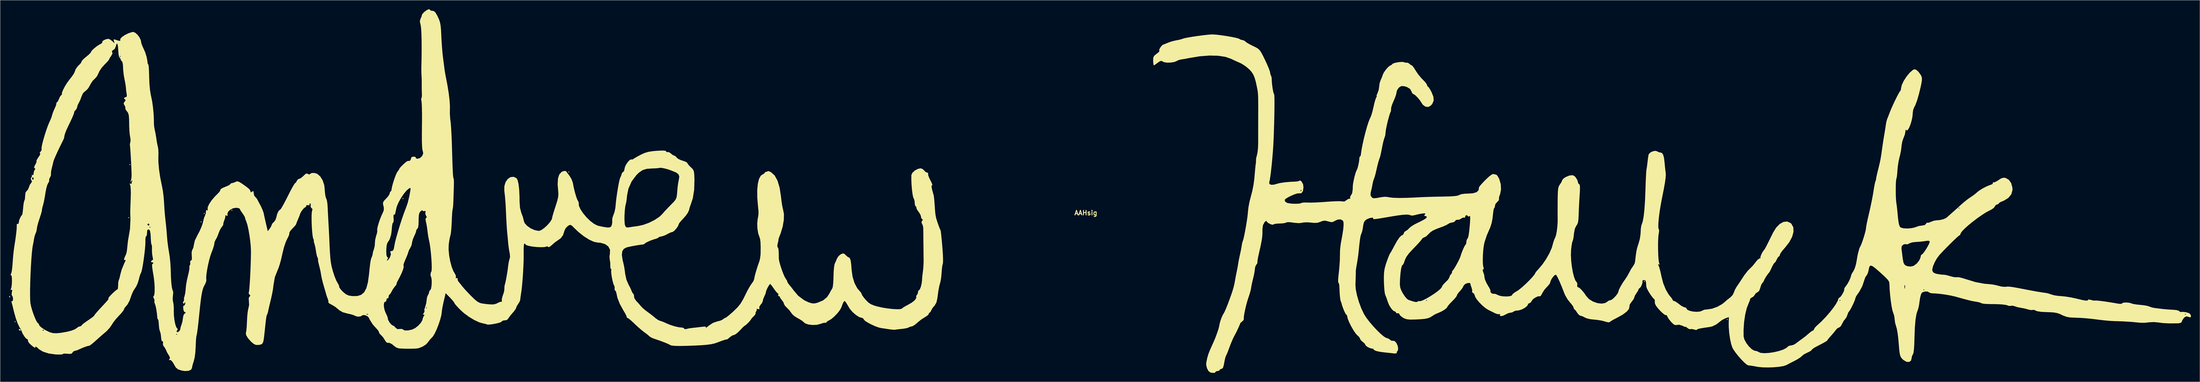
<source format=kicad_pcb>
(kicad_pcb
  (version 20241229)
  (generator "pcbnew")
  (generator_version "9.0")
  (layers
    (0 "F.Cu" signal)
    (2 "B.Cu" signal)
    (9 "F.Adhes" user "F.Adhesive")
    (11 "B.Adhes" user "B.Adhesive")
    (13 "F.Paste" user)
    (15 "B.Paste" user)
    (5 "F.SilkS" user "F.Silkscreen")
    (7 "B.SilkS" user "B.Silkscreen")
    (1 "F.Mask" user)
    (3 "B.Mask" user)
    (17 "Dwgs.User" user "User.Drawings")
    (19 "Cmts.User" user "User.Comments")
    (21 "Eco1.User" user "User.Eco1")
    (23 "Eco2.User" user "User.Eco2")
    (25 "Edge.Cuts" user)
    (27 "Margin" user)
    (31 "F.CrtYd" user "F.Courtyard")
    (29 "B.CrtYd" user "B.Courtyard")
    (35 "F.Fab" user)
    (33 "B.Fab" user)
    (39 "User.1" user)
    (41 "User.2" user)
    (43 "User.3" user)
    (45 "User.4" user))
  (footprint "AAHsig"
    (layer "F.Cu")
    (at 357.369 67.728)
    (property "Reference" "AAHsig" (at 0 0 0) (layer "F.SilkS") (effects (font (size 1.524 1.524) (thickness 0.3))))
    (attr through_hole)
    (fp_poly (pts (xy -355.247 36.16) (xy -355.424 36.336) (xy -355.6 36.16) (xy -355.424 35.983) (xy -355.247 36.16)) (stroke (width 0.01) (type solid)) (fill yes) (layer "F.SilkS"))
    (fp_poly (pts (xy -317.5 1.587) (xy -317.676 1.764) (xy -317.853 1.587) (xy -317.676 1.411) (xy -317.5 1.587)) (stroke (width 0.01) (type solid)) (fill yes) (layer "F.SilkS"))
    (fp_poly (pts (xy -317.147 -16.051) (xy -317.324 -15.875) (xy -317.5 -16.051) (xy -317.324 -16.228) (xy -317.147 -16.051)) (stroke (width 0.01) (type solid)) (fill yes) (layer "F.SilkS"))
    (fp_poly (pts (xy -293.511 2.999) (xy -293.688 3.175) (xy -293.864 2.999) (xy -293.688 2.822) (xy -293.511 2.999)) (stroke (width 0.01) (type solid)) (fill yes) (layer "F.SilkS"))
    (fp_poly (pts (xy -292.453 0.176) (xy -292.629 0.353) (xy -292.806 0.176) (xy -292.629 0) (xy -292.453 0.176)) (stroke (width 0.01) (type solid)) (fill yes) (layer "F.SilkS"))
    (fp_poly (pts (xy -283.281 -0.882) (xy -283.457 -0.706) (xy -283.633 -0.882) (xy -283.457 -1.058) (xy -283.281 -0.882)) (stroke (width 0.01) (type solid)) (fill yes) (layer "F.SilkS"))
    (fp_poly (pts (xy -226.483 -4.763) (xy -226.66 -4.586) (xy -226.836 -4.763) (xy -226.66 -4.939) (xy -226.483 -4.763)) (stroke (width 0.01) (type solid)) (fill yes) (layer "F.SilkS"))
    (fp_poly (pts (xy -171.45 -13.582) (xy -171.626 -13.406) (xy -171.803 -13.582) (xy -171.626 -13.758) (xy -171.45 -13.582)) (stroke (width 0.01) (type solid)) (fill yes) (layer "F.SilkS"))
    (fp_poly (pts (xy 185.561 22.754) (xy 185.385 22.931) (xy 185.208 22.754) (xy 185.385 22.578) (xy 185.561 22.754)) (stroke (width 0.01) (type solid)) (fill yes) (layer "F.SilkS"))
    (fp_poly (pts (xy 213.078 35.454) (xy 212.901 35.631) (xy 212.725 35.454) (xy 212.901 35.278) (xy 213.078 35.454)) (stroke (width 0.01) (type solid)) (fill yes) (layer "F.SilkS"))
    (fp_poly (pts (xy -357.129 27.634) (xy -357.086 28.053) (xy -357.129 28.105) (xy -357.338 28.056) (xy -357.364 27.869) (xy -357.235 27.579) (xy -357.129 27.634)) (stroke (width 0.01) (type solid)) (fill yes) (layer "F.SilkS"))
    (fp_poly (pts (xy -353.836 38.629) (xy -353.5 38.946) (xy -353.483 39.003) (xy -353.756 39.154) (xy -353.836 39.158) (xy -354.175 38.887) (xy -354.189 38.785) (xy -353.973 38.574) (xy -353.836 38.629)) (stroke (width 0.01) (type solid)) (fill yes) (layer "F.SilkS"))
    (fp_poly (pts (xy 43.465 -59.223) (xy 45.021 -59.035) (xy 46.669 -58.792) (xy 48.25 -58.519) (xy 49.606 -58.244) (xy 50.579 -57.995) (xy 51.011 -57.799) (xy 51.013 -57.796) (xy 51.479 -57.545) (xy 51.836 -57.503) (xy 52.604 -57.247) (xy 52.899 -56.995) (xy 53.422 -56.592) (xy 54.38 -56.032) (xy 55.519 -55.458) (xy 56.492 -54.988) (xy 57.187 -54.562) (xy 57.728 -54.035) (xy 58.239 -53.263) (xy 58.847 -52.102) (xy 59.4 -50.971) (xy 60.095 -49.485) (xy 60.657 -48.169) (xy 61.02 -47.191) (xy 61.119 -46.775) (xy 61.272 -45.994) (xy 61.429 -45.668) (xy 61.653 -45.024) (xy 61.683 -44.61) (xy 61.714 -43.662) (xy 61.828 -42.487) (xy 61.996 -41.288) (xy 62.186 -40.268) (xy 62.368 -39.628) (xy 62.459 -39.511) (xy 62.541 -39.17) (xy 62.59 -38.191) (xy 62.607 -36.642) (xy 62.594 -34.589) (xy 62.55 -32.099) (xy 62.476 -29.241) (xy 62.373 -26.08) (xy 62.315 -24.518) (xy 62.215 -22.523) (xy 62.064 -20.321) (xy 61.875 -18.045) (xy 61.664 -15.825) (xy 61.442 -13.794) (xy 61.222 -12.083) (xy 61.02 -10.823) (xy 60.859 -10.174) (xy 60.907 -9.628) (xy 61.463 -9.34) (xy 62.359 -9.358) (xy 63.012 -9.544) (xy 64.315 -9.894) (xy 66.105 -10.168) (xy 68.163 -10.337) (xy 69.233 -10.374) (xy 70.21 -10.451) (xy 70.814 -10.616) (xy 70.908 -10.724) (xy 71.122 -10.767) (xy 71.566 -10.45) (xy 72.1 -9.505) (xy 72.223 -8.459) (xy 72.044 -7.22) (xy 71.532 -6.544) (xy 70.722 -6.476) (xy 70.64 -6.5) (xy 70.076 -6.443) (xy 69.156 -6.134) (xy 68.083 -5.67) (xy 67.06 -5.147) (xy 66.29 -4.659) (xy 65.975 -4.304) (xy 65.975 -4.295) (xy 66.196 -3.675) (xy 66.886 -3.281) (xy 68.136 -3.074) (xy 68.942 -3.031) (xy 70.162 -3.033) (xy 71.077 -3.113) (xy 71.484 -3.251) (xy 71.911 -3.397) (xy 72.806 -3.448) (xy 73.493 -3.423) (xy 74.552 -3.405) (xy 76.109 -3.447) (xy 77.959 -3.54) (xy 79.896 -3.676) (xy 80.005 -3.685) (xy 81.784 -3.808) (xy 83.334 -3.87) (xy 84.506 -3.87) (xy 85.154 -3.804) (xy 85.206 -3.783) (xy 85.884 -3.79) (xy 86.481 -4.205) (xy 87.131 -4.645) (xy 87.597 -4.696) (xy 87.784 -4.708) (xy 87.717 -4.856) (xy 87.726 -5.396) (xy 87.927 -5.704) (xy 88.397 -6.555) (xy 88.587 -7.883) (xy 88.589 -8.626) (xy 88.665 -9.515) (xy 88.884 -10.743) (xy 89.191 -12.074) (xy 89.529 -13.273) (xy 89.842 -14.106) (xy 89.95 -14.287) (xy 90.178 -14.836) (xy 90.431 -15.803) (xy 90.65 -16.906) (xy 90.776 -17.864) (xy 90.782 -18.256) (xy 90.895 -18.665) (xy 90.98 -18.697) (xy 91.211 -18.99) (xy 91.277 -19.315) (xy 91.489 -20.861) (xy 91.845 -22.743) (xy 92.303 -24.796) (xy 92.821 -26.856) (xy 93.357 -28.761) (xy 93.87 -30.347) (xy 94.317 -31.45) (xy 94.432 -31.661) (xy 94.734 -32.384) (xy 95.088 -33.565) (xy 95.427 -34.969) (xy 95.473 -35.189) (xy 95.782 -36.542) (xy 96.094 -37.648) (xy 96.35 -38.305) (xy 96.39 -38.365) (xy 96.585 -38.743) (xy 96.519 -38.806) (xy 96.505 -39.075) (xy 96.773 -39.736) (xy 96.828 -39.846) (xy 97.223 -40.983) (xy 97.369 -42.051) (xy 97.519 -43.183) (xy 97.844 -44.121) (xy 98.29 -45.129) (xy 98.543 -45.885) (xy 98.9 -46.649) (xy 99.524 -47.547) (xy 100.243 -48.373) (xy 100.886 -48.924) (xy 101.176 -49.036) (xy 101.615 -49.313) (xy 101.677 -49.443) (xy 102.071 -49.705) (xy 102.909 -49.943) (xy 103.94 -50.118) (xy 104.908 -50.193) (xy 105.563 -50.13) (xy 105.685 -50.049) (xy 106.112 -49.903) (xy 106.328 -49.954) (xy 106.929 -49.877) (xy 107.35 -49.586) (xy 107.91 -49.144) (xy 108.189 -49.036) (xy 108.509 -48.753) (xy 109.024 -48.027) (xy 109.425 -47.36) (xy 110.281 -46.084) (xy 111.347 -44.798) (xy 111.806 -44.332) (xy 112.6 -43.5) (xy 113.121 -42.793) (xy 113.242 -42.48) (xy 113.41 -42.029) (xy 113.537 -41.981) (xy 113.837 -41.689) (xy 114.315 -40.933) (xy 114.754 -40.099) (xy 115.355 -38.571) (xy 115.444 -37.365) (xy 115.014 -36.309) (xy 114.578 -35.756) (xy 113.708 -35.231) (xy 112.739 -35.311) (xy 111.852 -35.952) (xy 111.478 -36.501) (xy 110.883 -37.421) (xy 110.123 -38.347) (xy 109.365 -39.098) (xy 108.781 -39.49) (xy 108.674 -39.511) (xy 108.323 -39.809) (xy 108.113 -40.321) (xy 107.601 -41.235) (xy 106.549 -41.861) (xy 105.63 -42.124) (xy 104.701 -42.165) (xy 103.958 -41.701) (xy 103.805 -41.546) (xy 103.276 -40.755) (xy 103.095 -40.034) (xy 102.976 -39.358) (xy 102.616 -38.303) (xy 102.178 -37.288) (xy 101.686 -36.127) (xy 101.373 -35.154) (xy 101.308 -34.642) (xy 101.279 -33.924) (xy 101.191 -33.69) (xy 100.925 -33.039) (xy 100.582 -31.909) (xy 100.212 -30.517) (xy 99.872 -29.077) (xy 99.612 -27.806) (xy 99.487 -26.917) (xy 99.483 -26.802) (xy 99.38 -25.818) (xy 99.17 -25.131) (xy 98.935 -24.463) (xy 98.652 -23.369) (xy 98.445 -22.401) (xy 98.125 -20.771) (xy 97.899 -19.67) (xy 97.728 -18.931) (xy 97.572 -18.391) (xy 97.393 -17.886) (xy 97.34 -17.745) (xy 97.077 -16.898) (xy 96.753 -15.642) (xy 96.463 -14.361) (xy 96.161 -13.054) (xy 95.86 -11.965) (xy 95.631 -11.342) (xy 95.376 -10.619) (xy 95.137 -9.557) (xy 95.08 -9.213) (xy 94.864 -8.056) (xy 94.611 -7.072) (xy 94.547 -6.886) (xy 94.484 -5.88) (xy 94.729 -5.388) (xy 95.112 -4.98) (xy 95.636 -4.845) (xy 96.539 -4.943) (xy 96.908 -5.009) (xy 98.25 -5.245) (xy 99.158 -5.342) (xy 99.89 -5.314) (xy 100.704 -5.168) (xy 100.718 -5.165) (xy 101.929 -5.019) (xy 103.742 -4.956) (xy 106.057 -4.976) (xy 108.776 -5.079) (xy 110.067 -5.151) (xy 111.749 -5.233) (xy 113.869 -5.309) (xy 116.157 -5.371) (xy 118.345 -5.41) (xy 118.391 -5.41) (xy 120.647 -5.461) (xy 122.269 -5.557) (xy 123.329 -5.705) (xy 123.896 -5.912) (xy 123.932 -5.94) (xy 124.671 -6.227) (xy 125.944 -6.378) (xy 126.76 -6.394) (xy 128.503 -6.514) (xy 129.716 -6.889) (xy 130.334 -7.497) (xy 130.395 -7.733) (xy 130.478 -8.433) (xy 130.484 -8.478) (xy 130.739 -8.878) (xy 131.38 -9.632) (xy 132.287 -10.601) (xy 132.659 -10.979) (xy 133.945 -12.176) (xy 134.857 -12.815) (xy 135.334 -12.909) (xy 136.015 -12.721) (xy 136.221 -12.7) (xy 136.552 -12.405) (xy 137.007 -11.655) (xy 137.256 -11.136) (xy 137.71 -9.52) (xy 137.79 -7.771) (xy 137.493 -6.199) (xy 137.306 -5.76) (xy 137.104 -5.011) (xy 137.141 -4.646) (xy 137.012 -4.116) (xy 136.564 -3.656) (xy 135.993 -3.03) (xy 135.819 -2.508) (xy 135.699 -1.844) (xy 135.582 -1.644) (xy 135.455 -1.474) (xy 135.354 -1.162) (xy 135.252 -0.568) (xy 135.125 0.452) (xy 134.96 1.94) (xy 134.694 3.338) (xy 134.261 4.722) (xy 134.092 5.115) (xy 133.056 7.515) (xy 132.342 9.678) (xy 132.085 10.846) (xy 131.903 12.315) (xy 131.787 13.934) (xy 131.742 15.512) (xy 131.771 16.86) (xy 131.877 17.786) (xy 131.954 18.021) (xy 132.084 18.608) (xy 131.885 18.774) (xy 131.662 19.054) (xy 131.888 19.661) (xy 132.203 20.61) (xy 132.292 21.377) (xy 132.48 22.207) (xy 132.964 23.31) (xy 133.395 24.06) (xy 133.957 25.015) (xy 134.275 25.721) (xy 134.299 25.98) (xy 134.295 26.355) (xy 134.687 26.748) (xy 135.211 26.933) (xy 135.379 26.905) (xy 135.975 26.957) (xy 136.676 27.291) (xy 137.437 27.587) (xy 138.491 27.76) (xy 139.627 27.808) (xy 140.636 27.732) (xy 141.307 27.53) (xy 141.464 27.314) (xy 141.751 26.909) (xy 142.481 26.374) (xy 142.943 26.112) (xy 143.763 25.567) (xy 144.817 24.705) (xy 145.979 23.65) (xy 147.126 22.525) (xy 148.13 21.455) (xy 148.868 20.562) (xy 149.214 19.971) (xy 149.225 19.899) (xy 149.447 19.578) (xy 150.006 18.941) (xy 150.321 18.606) (xy 151.58 17.1) (xy 152.802 15.303) (xy 153.857 13.437) (xy 154.614 11.723) (xy 154.857 10.917) (xy 155.192 9.695) (xy 155.564 8.662) (xy 155.765 8.254) (xy 156.05 7.469) (xy 156.303 6.189) (xy 156.496 4.622) (xy 156.603 2.98) (xy 156.607 1.764) (xy 156.595 0.937) (xy 156.591 -0.411) (xy 156.594 -2.096) (xy 156.604 -3.935) (xy 156.605 -4.006) (xy 156.632 -5.928) (xy 156.692 -7.282) (xy 156.802 -8.206) (xy 156.982 -8.836) (xy 157.25 -9.311) (xy 157.342 -9.433) (xy 157.838 -10.172) (xy 158.055 -10.712) (xy 158.056 -10.719) (xy 158.378 -11.278) (xy 159.174 -11.856) (xy 160.229 -12.316) (xy 160.762 -12.454) (xy 161.66 -12.507) (xy 162.303 -12.12) (xy 162.614 -11.758) (xy 163.122 -10.922) (xy 163.336 -10.189) (xy 163.336 -10.183) (xy 163.517 -9.636) (xy 163.742 -9.525) (xy 163.924 -9.307) (xy 164.002 -8.6) (xy 163.978 -7.331) (xy 163.893 -5.909) (xy 163.769 -3.957) (xy 163.661 -1.868) (xy 163.585 0.005) (xy 163.569 0.587) (xy 163.493 2.167) (xy 163.335 3.215) (xy 163.058 3.905) (xy 162.829 4.209) (xy 162.304 5.229) (xy 162.01 6.836) (xy 161.999 6.973) (xy 161.866 8.137) (xy 161.692 9.021) (xy 161.564 9.349) (xy 161.401 9.852) (xy 161.223 10.856) (xy 161.066 12.155) (xy 161.048 12.347) (xy 160.991 14.042) (xy 161.087 15.932) (xy 161.308 17.869) (xy 161.629 19.7) (xy 162.023 21.278) (xy 162.463 22.451) (xy 162.925 23.071) (xy 162.928 23.073) (xy 163.129 23.541) (xy 163.085 23.989) (xy 163.098 24.561) (xy 163.312 24.694) (xy 163.842 24.968) (xy 164.595 25.681) (xy 165.419 26.676) (xy 166.075 27.638) (xy 167.004 28.671) (xy 168.288 29.475) (xy 169.738 29.997) (xy 171.166 30.182) (xy 172.383 29.976) (xy 172.953 29.623) (xy 173.611 29.157) (xy 174.08 29.051) (xy 174.523 28.891) (xy 175.191 28.345) (xy 175.903 27.601) (xy 176.48 26.85) (xy 176.74 26.281) (xy 176.742 26.248) (xy 176.935 25.579) (xy 177.447 24.536) (xy 178.171 23.311) (xy 179.004 22.096) (xy 179.018 22.077) (xy 179.741 20.974) (xy 180.389 19.78) (xy 180.419 19.715) (xy 180.966 18.697) (xy 181.534 17.863) (xy 181.61 17.775) (xy 182.126 16.89) (xy 182.301 16.228) (xy 182.514 14.32) (xy 182.717 12.913) (xy 182.948 11.805) (xy 183.247 10.792) (xy 183.452 10.21) (xy 183.862 8.727) (xy 184.113 7.123) (xy 184.15 6.42) (xy 184.212 5.226) (xy 184.369 4.252) (xy 184.488 3.908) (xy 184.846 2.851) (xy 185.155 1.13) (xy 185.41 -1.212) (xy 185.606 -4.133) (xy 185.736 -7.472) (xy 185.802 -9.54) (xy 185.88 -11.415) (xy 185.961 -12.96) (xy 186.039 -14.04) (xy 186.092 -14.464) (xy 186.239 -15.346) (xy 186.397 -16.554) (xy 186.458 -17.11) (xy 186.599 -18.262) (xy 186.752 -19.183) (xy 186.819 -19.461) (xy 187.264 -19.997) (xy 188.061 -20.419) (xy 188.917 -20.621) (xy 189.542 -20.497) (xy 189.578 -20.466) (xy 190.227 -20.146) (xy 190.527 -20.108) (xy 191.161 -19.939) (xy 191.602 -19.363) (xy 191.896 -18.28) (xy 192.078 -16.743) (xy 192.205 -15.361) (xy 192.339 -14.148) (xy 192.444 -13.406) (xy 192.494 -12.676) (xy 192.421 -11.6) (xy 192.213 -10.098) (xy 191.859 -8.086) (xy 191.346 -5.485) (xy 191.248 -5.002) (xy 190.807 -2.681) (xy 190.451 -0.454) (xy 190.19 1.571) (xy 190.035 3.284) (xy 189.997 4.577) (xy 190.087 5.341) (xy 190.181 5.489) (xy 190.28 5.903) (xy 190.175 6.697) (xy 190.152 6.794) (xy 190.026 7.681) (xy 189.949 9.028) (xy 189.918 10.656) (xy 189.932 12.389) (xy 189.986 14.048) (xy 190.08 15.456) (xy 190.209 16.435) (xy 190.295 16.727) (xy 190.454 17.191) (xy 190.199 17.141) (xy 190.172 17.125) (xy 189.901 17.038) (xy 190.037 17.429) (xy 190.117 17.582) (xy 190.368 18.27) (xy 190.677 19.427) (xy 190.985 20.828) (xy 191.042 21.122) (xy 191.632 23.391) (xy 192.472 25.482) (xy 193.471 27.193) (xy 194.096 27.938) (xy 194.583 28.55) (xy 194.733 28.928) (xy 195.013 29.253) (xy 195.188 29.281) (xy 195.714 29.495) (xy 196.509 30.036) (xy 196.863 30.325) (xy 197.738 30.965) (xy 198.496 31.342) (xy 198.702 31.383) (xy 199.226 31.558) (xy 199.319 31.741) (xy 199.636 32.217) (xy 200.452 32.586) (xy 201.566 32.824) (xy 202.776 32.905) (xy 203.881 32.803) (xy 204.679 32.495) (xy 204.77 32.419) (xy 205.331 32.199) (xy 206.227 32.103) (xy 206.265 32.103) (xy 207.837 31.866) (xy 209.572 31.243) (xy 211.155 30.365) (xy 211.882 29.787) (xy 212.83 28.952) (xy 213.76 28.223) (xy 213.907 28.12) (xy 214.655 27.361) (xy 215.071 26.532) (xy 215.443 25.569) (xy 216.02 24.554) (xy 216.045 24.518) (xy 216.644 23.644) (xy 217.109 22.938) (xy 217.136 22.895) (xy 218.547 20.751) (xy 219.718 19.236) (xy 220.47 18.481) (xy 221.316 17.635) (xy 222.158 16.599) (xy 222.282 16.423) (xy 222.917 15.649) (xy 223.486 15.209) (xy 223.632 15.172) (xy 223.953 15.051) (xy 223.906 14.944) (xy 223.926 14.542) (xy 224.203 13.812) (xy 224.611 13.019) (xy 225.028 12.429) (xy 225.115 12.347) (xy 225.277 12.141) (xy 225.56 11.654) (xy 226.003 10.808) (xy 226.649 9.524) (xy 227.538 7.723) (xy 228.102 6.572) (xy 229.139 4.891) (xy 230.327 3.686) (xy 231.576 3.002) (xy 232.795 2.882) (xy 233.893 3.37) (xy 234.183 3.639) (xy 234.808 4.794) (xy 234.883 6.259) (xy 234.432 7.938) (xy 233.483 9.736) (xy 232.063 11.557) (xy 231.94 11.69) (xy 231.126 12.639) (xy 230.557 13.454) (xy 230.364 13.92) (xy 230.2 14.399) (xy 230.054 14.464) (xy 229.72 14.755) (xy 229.331 15.463) (xy 229.306 15.522) (xy 228.934 16.249) (xy 228.627 16.579) (xy 228.611 16.581) (xy 228.33 16.874) (xy 227.91 17.617) (xy 227.693 18.08) (xy 227.261 19.01) (xy 226.931 19.635) (xy 226.846 19.756) (xy 226.408 20.284) (xy 225.862 21.074) (xy 225.369 21.875) (xy 225.09 22.437) (xy 225.072 22.52) (xy 224.831 22.999) (xy 224.58 23.253) (xy 224.186 23.86) (xy 223.876 24.802) (xy 223.851 24.923) (xy 223.469 25.956) (xy 222.944 26.359) (xy 222.279 26.813) (xy 222.067 27.184) (xy 221.581 27.828) (xy 221.174 28.052) (xy 220.611 28.407) (xy 220.484 28.687) (xy 220.329 29.283) (xy 219.992 30.043) (xy 219.352 31.689) (xy 218.837 33.843) (xy 218.477 36.313) (xy 218.3 38.907) (xy 218.317 41.115) (xy 218.589 42.13) (xy 219.222 43.288) (xy 220.072 44.407) (xy 220.995 45.308) (xy 221.844 45.812) (xy 222.129 45.861) (xy 222.879 46.027) (xy 223.161 46.208) (xy 223.925 46.548) (xy 225.171 46.659) (xy 226.727 46.574) (xy 228.42 46.322) (xy 230.076 45.935) (xy 231.522 45.443) (xy 232.584 44.877) (xy 233.008 44.453) (xy 233.499 44.171) (xy 234.035 44.097) (xy 234.922 43.876) (xy 235.592 43.48) (xy 236.372 42.877) (xy 237.368 42.154) (xy 237.616 41.981) (xy 238.719 41.154) (xy 239.783 40.263) (xy 239.93 40.128) (xy 240.669 39.513) (xy 241.221 39.178) (xy 241.312 39.158) (xy 241.644 38.878) (xy 241.676 38.717) (xy 241.941 38.222) (xy 242.57 37.551) (xy 242.749 37.394) (xy 244.128 36.135) (xy 245.537 34.674) (xy 246.883 33.129) (xy 248.071 31.618) (xy 249.008 30.259) (xy 249.602 29.169) (xy 249.619 29.104) (xy 250.119 29.104) (xy 250.296 29.281) (xy 250.472 29.104) (xy 250.296 28.928) (xy 250.119 29.104) (xy 249.619 29.104) (xy 249.767 28.557) (xy 250.02 28.229) (xy 250.085 28.222) (xy 250.459 27.941) (xy 250.953 27.265) (xy 251.42 26.446) (xy 251.711 25.737) (xy 251.723 25.426) (xy 251.806 24.995) (xy 252.172 24.483) (xy 252.727 23.718) (xy 253.306 22.686) (xy 253.775 21.657) (xy 253.996 20.901) (xy 254 20.834) (xy 254.195 20.297) (xy 254.67 19.527) (xy 254.727 19.45) (xy 255.189 18.524) (xy 255.603 17.164) (xy 255.829 16.024) (xy 256.046 14.721) (xy 256.253 13.653) (xy 256.405 13.053) (xy 256.604 12.367) (xy 256.635 12.171) (xy 256.74 11.866) (xy 270.719 11.866) (xy 270.743 12.091) (xy 270.87 13.103) (xy 271.035 14.438) (xy 271.13 15.222) (xy 271.386 16.569) (xy 271.851 17.36) (xy 272.669 17.741) (xy 273.749 17.852) (xy 274.756 17.63) (xy 275.798 16.832) (xy 275.888 16.74) (xy 276.588 15.839) (xy 277.008 14.955) (xy 277.054 14.705) (xy 277.204 14.062) (xy 277.435 13.876) (xy 277.773 13.628) (xy 278.311 12.941) (xy 278.932 12.003) (xy 279.516 11.004) (xy 279.947 10.134) (xy 280.106 9.598) (xy 279.946 9.309) (xy 279.367 9.264) (xy 278.606 9.371) (xy 277.241 9.549) (xy 275.766 9.66) (xy 275.481 9.67) (xy 274.371 9.791) (xy 273.498 10.051) (xy 273.292 10.176) (xy 272.682 10.463) (xy 272.367 10.421) (xy 271.802 10.393) (xy 271.301 10.575) (xy 270.803 11.053) (xy 270.719 11.866) (xy 256.74 11.866) (xy 256.837 11.588) (xy 257.004 11.289) (xy 257.347 10.565) (xy 257.778 9.409) (xy 258.224 8.049) (xy 258.613 6.715) (xy 258.873 5.638) (xy 258.939 5.139) (xy 259.019 4.508) (xy 259.237 3.356) (xy 259.56 1.848) (xy 259.952 0.158) (xy 260.41 -1.85) (xy 260.852 -3.966) (xy 261.219 -5.902) (xy 261.41 -7.056) (xy 261.635 -8.459) (xy 261.848 -9.601) (xy 262.014 -10.296) (xy 262.056 -10.401) (xy 262.264 -11.048) (xy 262.298 -11.307) (xy 262.405 -11.964) (xy 262.632 -13.004) (xy 262.778 -13.607) (xy 263.233 -15.434) (xy 263.556 -16.817) (xy 263.795 -17.994) (xy 263.996 -19.203) (xy 264.207 -20.681) (xy 264.249 -20.99) (xy 264.487 -22.673) (xy 264.738 -24.327) (xy 264.955 -25.657) (xy 265.003 -25.929) (xy 265.239 -27.314) (xy 265.448 -28.689) (xy 265.503 -29.104) (xy 265.694 -30.205) (xy 265.937 -31.104) (xy 265.982 -31.221) (xy 266.297 -32.003) (xy 266.705 -33.063) (xy 266.808 -33.337) (xy 267.261 -34.458) (xy 267.856 -35.802) (xy 268.518 -37.216) (xy 269.173 -38.545) (xy 269.744 -39.637) (xy 270.158 -40.337) (xy 270.308 -40.511) (xy 270.526 -40.913) (xy 270.581 -41.395) (xy 270.828 -42.517) (xy 271.476 -43.888) (xy 272.386 -45.305) (xy 273.421 -46.565) (xy 274.439 -47.465) (xy 274.919 -47.725) (xy 275.537 -47.615) (xy 276.292 -46.985) (xy 277.046 -45.962) (xy 277.28 -45.544) (xy 277.483 -44.963) (xy 277.508 -44.214) (xy 277.346 -43.108) (xy 277.115 -42.016) (xy 276.489 -39.435) (xy 275.885 -37.353) (xy 275.325 -35.841) (xy 274.939 -35.111) (xy 274.595 -34.258) (xy 274.461 -33.276) (xy 274.365 -32.06) (xy 274.11 -30.766) (xy 273.747 -29.522) (xy 273.326 -28.456) (xy 272.898 -27.697) (xy 272.514 -27.371) (xy 272.224 -27.608) (xy 272.093 -27.633) (xy 272.02 -27.088) (xy 272.02 -27.058) (xy 271.833 -26.045) (xy 271.422 -24.97) (xy 271.409 -24.944) (xy 271.023 -23.867) (xy 270.771 -22.555) (xy 270.738 -22.173) (xy 270.58 -20.854) (xy 270.276 -19.322) (xy 270.073 -18.544) (xy 269.741 -17.078) (xy 269.48 -15.349) (xy 269.373 -14.131) (xy 269.279 -12.856) (xy 269.151 -11.849) (xy 269.019 -11.331) (xy 268.918 -10.818) (xy 268.85 -9.786) (xy 268.815 -8.417) (xy 268.815 -6.898) (xy 268.849 -5.413) (xy 268.917 -4.146) (xy 269.007 -3.351) (xy 269.147 -2.38) (xy 269.295 -1.081) (xy 269.365 -0.353) (xy 269.559 1.657) (xy 269.741 3.073) (xy 269.936 4.007) (xy 270.169 4.57) (xy 270.463 4.874) (xy 270.522 4.907) (xy 271.413 5.138) (xy 272.687 5.196) (xy 274.044 5.093) (xy 275.186 4.84) (xy 275.501 4.708) (xy 276.538 4.358) (xy 277.51 4.236) (xy 278.46 4.046) (xy 278.841 3.654) (xy 279.124 3.265) (xy 279.277 3.287) (xy 279.702 3.29) (xy 280.441 3.007) (xy 280.481 2.987) (xy 281.463 2.618) (xy 282.289 2.491) (xy 283.491 2.387) (xy 284.701 2.088) (xy 285.585 1.678) (xy 285.661 1.619) (xy 289.144 -1.466) (xy 289.275 -1.587) (xy 289.631 -1.587) (xy 289.807 -1.411) (xy 289.983 -1.587) (xy 289.807 -1.764) (xy 289.631 -1.587) (xy 289.275 -1.587) (xy 290.24 -2.485) (xy 291.434 -3.534) (xy 292.689 -4.53) (xy 293.592 -5.161) (xy 294.589 -5.836) (xy 295.392 -6.463) (xy 295.628 -6.687) (xy 296.415 -7.333) (xy 297.594 -8.073) (xy 298.892 -8.756) (xy 300.039 -9.229) (xy 300.317 -9.309) (xy 300.984 -9.602) (xy 301.056 -9.943) (xy 301.025 -10.177) (xy 301.174 -10.115) (xy 301.648 -10.173) (xy 302.444 -10.572) (xy 302.904 -10.878) (xy 303.881 -11.493) (xy 304.646 -11.688) (xy 305.33 -11.59) (xy 306.371 -10.979) (xy 307.137 -9.856) (xy 307.534 -8.395) (xy 307.563 -7.585) (xy 307.169 -6.176) (xy 306.173 -4.96) (xy 304.671 -4.043) (xy 304.183 -3.858) (xy 303.413 -3.515) (xy 303.042 -3.183) (xy 303.036 -3.148) (xy 302.748 -2.864) (xy 302.474 -2.822) (xy 301.927 -2.528) (xy 301.742 -2.173) (xy 301.332 -1.634) (xy 300.51 -1.071) (xy 300.18 -0.909) (xy 298.964 -0.274) (xy 297.521 0.632) (xy 295.964 1.721) (xy 294.404 2.902) (xy 292.954 4.088) (xy 291.723 5.188) (xy 290.825 6.115) (xy 290.37 6.78) (xy 290.336 6.931) (xy 290.158 7.366) (xy 290.036 7.408) (xy 289.695 7.646) (xy 288.974 8.289) (xy 287.98 9.231) (xy 286.821 10.368) (xy 285.602 11.595) (xy 284.432 12.805) (xy 283.418 13.895) (xy 283.327 13.995) (xy 282.471 15.133) (xy 281.724 16.455) (xy 281.179 17.753) (xy 280.932 18.82) (xy 280.955 19.221) (xy 281.281 19.814) (xy 282.015 20.181) (xy 282.662 20.333) (xy 283.718 20.5) (xy 284.534 20.569) (xy 284.692 20.564) (xy 285.323 20.635) (xy 286.327 20.88) (xy 286.892 21.053) (xy 287.974 21.333) (xy 288.836 21.429) (xy 289.102 21.392) (xy 289.686 21.4) (xy 290.71 21.619) (xy 291.958 22.001) (xy 292.016 22.021) (xy 295.292 23.02) (xy 298.199 23.568) (xy 299.685 23.689) (xy 301.083 23.84) (xy 302.467 24.131) (xy 302.86 24.252) (xy 304.033 24.532) (xy 305.141 24.601) (xy 305.329 24.582) (xy 305.798 24.528) (xy 306.315 24.524) (xy 306.996 24.586) (xy 307.959 24.731) (xy 309.32 24.974) (xy 311.197 25.333) (xy 312.385 25.565) (xy 315.314 26.112) (xy 317.658 26.494) (xy 318.735 26.636) (xy 319.568 26.831) (xy 320.499 27.158) (xy 321.43 27.412) (xy 322.738 27.61) (xy 323.778 27.691) (xy 325.175 27.829) (xy 326.929 28.114) (xy 328.723 28.492) (xy 329.219 28.614) (xy 330.864 29.007) (xy 331.921 29.179) (xy 332.466 29.139) (xy 332.577 29.027) (xy 332.904 28.786) (xy 333.636 28.96) (xy 334.444 29.171) (xy 334.936 29.163) (xy 335.452 29.152) (xy 336.533 29.253) (xy 338.053 29.45) (xy 339.883 29.725) (xy 341.897 30.06) (xy 342.635 30.192) (xy 343.54 30.274) (xy 343.949 30.129) (xy 343.958 30.083) (xy 344.262 29.885) (xy 345 29.807) (xy 345.913 29.844) (xy 346.739 29.993) (xy 347.094 30.138) (xy 347.658 30.304) (xy 348.694 30.468) (xy 349.894 30.587) (xy 351.214 30.731) (xy 352.326 30.933) (xy 352.934 31.128) (xy 353.795 31.443) (xy 354.698 31.628) (xy 355.75 31.758) (xy 357.029 31.916) (xy 357.364 31.957) (xy 358.705 32.089) (xy 360.247 32.193) (xy 360.864 32.221) (xy 362.002 32.333) (xy 362.743 32.547) (xy 362.915 32.705) (xy 363.3 32.987) (xy 363.487 32.955) (xy 364.093 32.915) (xy 365.045 33.026) (xy 365.283 33.072) (xy 366.26 33.391) (xy 366.703 33.889) (xy 366.763 34.13) (xy 366.774 34.657) (xy 366.445 34.719) (xy 365.974 34.56) (xy 365.219 34.406) (xy 364.639 34.745) (xy 364.402 35.011) (xy 363.914 35.731) (xy 363.726 36.248) (xy 363.403 36.567) (xy 362.606 36.719) (xy 362.567 36.72) (xy 359.768 36.746) (xy 357.575 36.648) (xy 355.953 36.434) (xy 354.537 36.301) (xy 353.055 36.366) (xy 352.778 36.407) (xy 351.406 36.537) (xy 349.887 36.519) (xy 349.426 36.476) (xy 347.004 36.243) (xy 344.142 36.071) (xy 341.312 35.98) (xy 339.97 35.91) (xy 338.239 35.758) (xy 336.426 35.552) (xy 335.844 35.475) (xy 334.042 35.25) (xy 332.184 35.061) (xy 330.596 34.939) (xy 330.2 34.919) (xy 328.77 34.861) (xy 327.431 34.803) (xy 326.672 34.767) (xy 325.482 34.549) (xy 324.299 34.105) (xy 324.256 34.083) (xy 323.447 33.69) (xy 364.772 33.69) (xy 364.949 33.867) (xy 365.125 33.69) (xy 364.949 33.514) (xy 364.772 33.69) (xy 323.447 33.69) (xy 323.267 33.603) (xy 322.352 33.294) (xy 321.3 33.113) (xy 319.897 33.02) (xy 318.664 32.985) (xy 317.106 32.899) (xy 315.914 32.727) (xy 315.254 32.494) (xy 315.24 32.483) (xy 314.633 32.22) (xy 314.334 32.274) (xy 313.775 32.325) (xy 312.891 32.151) (xy 312.734 32.102) (xy 311.471 31.765) (xy 310.233 31.539) (xy 309.186 31.338) (xy 308.361 31.061) (xy 308.315 31.038) (xy 307.535 30.844) (xy 307.136 30.901) (xy 306.422 30.942) (xy 306.181 30.849) (xy 305.391 30.602) (xy 303.989 30.428) (xy 302.067 30.334) (xy 300.253 30.322) (xy 298.93 30.292) (xy 297.869 30.193) (xy 297.28 30.046) (xy 297.254 30.028) (xy 296.671 29.782) (xy 295.715 29.567) (xy 295.451 29.529) (xy 294.624 29.396) (xy 293.612 29.181) (xy 292.289 28.85) (xy 290.526 28.374) (xy 288.572 27.827) (xy 287.131 27.49) (xy 285.366 27.177) (xy 283.567 26.931) (xy 282.022 26.794) (xy 281.444 26.779) (xy 280.534 26.703) (xy 279.969 26.499) (xy 279.923 26.449) (xy 279.388 26.156) (xy 278.548 26.142) (xy 277.735 26.387) (xy 277.457 26.587) (xy 277.169 27.175) (xy 276.899 28.224) (xy 276.731 29.321) (xy 276.551 30.606) (xy 276.331 31.675) (xy 276.154 32.214) (xy 275.709 33.526) (xy 275.373 35.532) (xy 275.145 38.23) (xy 275.026 41.549) (xy 274.954 43.873) (xy 274.835 45.583) (xy 274.671 46.647) (xy 274.522 47) (xy 274.181 47.674) (xy 274.108 48.182) (xy 273.874 49.126) (xy 273.254 49.573) (xy 272.377 49.508) (xy 271.369 48.918) (xy 270.93 48.503) (xy 270.571 48.049) (xy 270.313 47.483) (xy 270.124 46.664) (xy 269.972 45.448) (xy 269.827 43.692) (xy 269.802 43.35) (xy 269.638 41.555) (xy 269.424 39.902) (xy 269.189 38.585) (xy 268.98 37.837) (xy 268.622 36.64) (xy 268.464 35.44) (xy 268.464 35.394) (xy 268.315 34.235) (xy 267.976 33.232) (xy 267.713 32.417) (xy 267.443 31.065) (xy 267.187 29.342) (xy 266.966 27.415) (xy 266.813 25.576) (xy 277.989 25.576) (xy 278.165 25.753) (xy 278.342 25.576) (xy 278.165 25.4) (xy 277.989 25.576) (xy 266.813 25.576) (xy 266.803 25.451) (xy 266.76 24.518) (xy 271.708 24.518) (xy 271.746 25.121) (xy 271.856 25.174) (xy 271.87 25.142) (xy 271.94 24.442) (xy 271.883 24.084) (xy 271.771 23.94) (xy 271.71 24.409) (xy 271.708 24.518) (xy 266.76 24.518) (xy 266.719 23.618) (xy 266.719 23.614) (xy 266.667 23.131) (xy 266.477 22.662) (xy 266.063 22.106) (xy 265.342 21.36) (xy 264.227 20.324) (xy 263.23 19.426) (xy 261.93 18.303) (xy 261.036 17.669) (xy 260.458 17.509) (xy 260.106 17.808) (xy 259.892 18.553) (xy 259.838 18.881) (xy 259.589 19.916) (xy 259.242 20.671) (xy 259.121 20.809) (xy 258.702 21.428) (xy 258.385 22.336) (xy 257.711 24.365) (xy 256.675 26.291) (xy 256.213 26.926) (xy 255.676 27.716) (xy 255.416 28.34) (xy 255.411 28.397) (xy 255.258 28.957) (xy 254.872 29.889) (xy 254.363 30.966) (xy 253.841 31.961) (xy 253.416 32.649) (xy 253.267 32.812) (xy 252.99 33.256) (xy 252.759 33.944) (xy 252.398 34.815) (xy 252.005 35.323) (xy 251.521 35.932) (xy 251.036 36.84) (xy 250.999 36.925) (xy 250.547 37.703) (xy 250.071 38.09) (xy 250.002 38.1) (xy 249.442 38.368) (xy 248.957 38.894) (xy 248.366 39.667) (xy 247.57 40.594) (xy 247.364 40.818) (xy 246.689 41.58) (xy 246.251 42.146) (xy 246.186 42.262) (xy 246.028 42.473) (xy 245.636 42.76) (xy 244.904 43.184) (xy 243.726 43.809) (xy 242.447 44.467) (xy 241.567 44.977) (xy 241.028 45.407) (xy 240.947 45.55) (xy 240.65 45.862) (xy 239.903 46.273) (xy 239.527 46.435) (xy 238.535 46.926) (xy 237.801 47.454) (xy 237.675 47.594) (xy 237.136 48.065) (xy 236.187 48.677) (xy 235.303 49.158) (xy 234.095 49.771) (xy 233.014 50.333) (xy 232.474 50.622) (xy 231.529 50.935) (xy 230.076 51.176) (xy 228.311 51.334) (xy 226.427 51.399) (xy 224.622 51.361) (xy 223.088 51.208) (xy 222.738 51.144) (xy 221.482 50.908) (xy 220.41 50.752) (xy 219.909 50.712) (xy 219.37 50.447) (xy 218.546 49.745) (xy 217.561 48.744) (xy 216.538 47.58) (xy 215.601 46.393) (xy 214.874 45.318) (xy 214.598 44.803) (xy 214.18 43.546) (xy 213.815 41.824) (xy 213.539 39.88) (xy 213.392 37.955) (xy 213.379 36.998) (xy 213.414 34.661) (xy 212.273 35.058) (xy 211.2 35.594) (xy 210.327 36.262) (xy 209.298 37.053) (xy 208.073 37.674) (xy 207.257 37.906) (xy 205.371 38.178) (xy 204.087 38.39) (xy 203.305 38.562) (xy 202.926 38.715) (xy 202.847 38.837) (xy 202.569 38.949) (xy 201.936 38.794) (xy 201.147 38.608) (xy 200.679 38.661) (xy 200.19 38.612) (xy 199.65 38.256) (xy 199.151 37.881) (xy 198.967 37.877) (xy 198.717 37.883) (xy 198.122 37.563) (xy 196.945 37.181) (xy 196.321 37.249) (xy 195.663 37.312) (xy 195.071 37.041) (xy 194.33 36.324) (xy 194.167 36.143) (xy 193.477 35.278) (xy 193.044 34.563) (xy 192.969 34.311) (xy 192.785 33.995) (xy 192.625 34.038) (xy 192.214 33.919) (xy 191.512 33.389) (xy 190.668 32.589) (xy 189.831 31.659) (xy 189.19 30.803) (xy 188.861 30.022) (xy 188.859 29.469) (xy 188.809 28.864) (xy 188.63 28.673) (xy 188.149 28.179) (xy 187.5 27.296) (xy 186.834 26.261) (xy 186.307 25.311) (xy 186.079 24.732) (xy 185.983 23.947) (xy 185.941 23.217) (xy 185.784 22.505) (xy 185.294 22.317) (xy 185.233 22.32) (xy 184.759 22.486) (xy 184.738 22.672) (xy 184.748 23.182) (xy 184.512 23.946) (xy 184.155 24.665) (xy 183.8 25.039) (xy 183.754 25.047) (xy 183.458 25.321) (xy 183.444 25.433) (xy 183.243 25.958) (xy 182.755 26.694) (xy 182.739 26.715) (xy 182.243 27.49) (xy 182.033 28.104) (xy 182.033 28.109) (xy 181.807 28.679) (xy 181.252 29.435) (xy 181.139 29.561) (xy 180.525 30.456) (xy 180.414 31.185) (xy 180.258 31.953) (xy 179.486 32.858) (xy 178.163 33.845) (xy 176.351 34.857) (xy 176.224 34.92) (xy 175.094 35.503) (xy 174.249 36.001) (xy 173.86 36.313) (xy 173.855 36.325) (xy 173.491 36.404) (xy 172.708 36.243) (xy 172.332 36.119) (xy 171.177 35.815) (xy 169.708 35.578) (xy 168.727 35.49) (xy 167.322 35.325) (xy 166.148 35.027) (xy 165.652 34.796) (xy 164.829 34.374) (xy 164.214 34.219) (xy 163.675 33.938) (xy 163.106 33.25) (xy 163.055 33.163) (xy 162.582 32.453) (xy 162.219 32.111) (xy 162.19 32.105) (xy 161.954 31.816) (xy 161.925 31.58) (xy 161.694 31.035) (xy 161.106 30.242) (xy 160.714 29.811) (xy 159.864 28.716) (xy 159.085 27.358) (xy 158.806 26.717) (xy 157.958 24.544) (xy 157.21 22.767) (xy 156.598 21.46) (xy 156.155 20.701) (xy 155.985 20.539) (xy 155.575 20.724) (xy 155.029 21.318) (xy 154.515 22.091) (xy 154.198 22.815) (xy 154.164 23.043) (xy 153.92 23.601) (xy 153.311 24.343) (xy 153.07 24.576) (xy 152.218 25.532) (xy 151.545 26.581) (xy 151.472 26.737) (xy 151.08 27.456) (xy 150.756 27.749) (xy 150.71 27.739) (xy 150.136 27.733) (xy 149.32 28.068) (xy 148.531 28.594) (xy 148.035 29.163) (xy 148 29.249) (xy 147.611 29.838) (xy 147.261 29.986) (xy 146.806 30.233) (xy 146.753 30.427) (xy 146.448 30.978) (xy 145.686 31.583) (xy 144.693 32.107) (xy 143.694 32.42) (xy 143.315 32.456) (xy 142.476 32.558) (xy 141.995 32.805) (xy 141.993 32.808) (xy 141.501 33.093) (xy 141.002 33.163) (xy 140.173 33.356) (xy 139.238 33.819) (xy 139.209 33.839) (xy 138.409 34.222) (xy 137.74 34.317) (xy 137.388 34.131) (xy 137.463 33.775) (xy 137.468 33.574) (xy 137.286 33.656) (xy 136.711 33.688) (xy 135.908 33.411) (xy 134.938 32.925) (xy 133.791 32.361) (xy 133.581 32.259) (xy 132.62 31.645) (xy 131.552 30.737) (xy 130.526 29.694) (xy 129.689 28.674) (xy 129.192 27.834) (xy 129.117 27.516) (xy 128.846 26.871) (xy 128.565 26.675) (xy 128.191 26.339) (xy 128.215 26.138) (xy 128.235 25.61) (xy 128.004 24.812) (xy 127.728 24.024) (xy 127.649 23.548) (xy 127.447 23.309) (xy 126.868 23.305) (xy 126.186 23.5) (xy 125.74 23.787) (xy 125.325 24.297) (xy 125.236 24.508) (xy 125.031 24.938) (xy 124.385 25.752) (xy 123.737 26.484) (xy 123.268 27.129) (xy 123.119 27.53) (xy 122.883 27.951) (xy 122.269 28.681) (xy 121.532 29.439) (xy 120.702 30.297) (xy 120.127 30.991) (xy 119.944 31.331) (xy 119.654 31.726) (xy 118.922 32.267) (xy 117.954 32.826) (xy 116.956 33.272) (xy 116.732 33.35) (xy 115.844 33.754) (xy 114.953 34.314) (xy 114.289 34.735) (xy 113.533 35.029) (xy 112.53 35.227) (xy 111.126 35.359) (xy 109.237 35.454) (xy 107.686 35.478) (xy 106.609 35.38) (xy 105.782 35.126) (xy 105.269 34.857) (xy 104.501 34.292) (xy 104.091 33.77) (xy 104.069 33.667) (xy 103.826 33.344) (xy 103.54 33.386) (xy 103.087 33.371) (xy 103.011 33.199) (xy 102.738 32.829) (xy 102.611 32.808) (xy 102.011 32.507) (xy 101.316 31.727) (xy 100.664 30.656) (xy 100.198 29.506) (xy 99.837 28.413) (xy 99.475 27.51) (xy 99.395 27.347) (xy 99.231 26.713) (xy 99.086 25.557) (xy 98.979 24.065) (xy 98.971 23.859) (xy 104.224 23.859) (xy 104.351 24.874) (xy 104.705 25.821) (xy 105.201 26.749) (xy 105.894 27.804) (xy 106.589 28.601) (xy 107.021 28.911) (xy 108.528 29.433) (xy 109.5 29.653) (xy 110.029 29.587) (xy 110.136 29.487) (xy 110.502 29.291) (xy 110.606 29.349) (xy 111.078 29.364) (xy 111.772 29.104) (xy 112.889 29.104) (xy 113.065 29.281) (xy 113.242 29.104) (xy 113.065 28.928) (xy 112.889 29.104) (xy 111.772 29.104) (xy 111.965 29.032) (xy 113.127 28.44) (xy 114.423 27.678) (xy 115.714 26.834) (xy 116.86 25.996) (xy 117.72 25.252) (xy 118.154 24.691) (xy 118.181 24.572) (xy 118.427 24.083) (xy 119.049 23.371) (xy 119.415 23.026) (xy 120.154 22.268) (xy 120.595 21.616) (xy 120.65 21.416) (xy 120.9 20.77) (xy 121.175 20.464) (xy 121.53 19.977) (xy 121.521 19.737) (xy 121.603 19.325) (xy 121.789 19.16) (xy 122.109 18.757) (xy 122.622 17.923) (xy 123.216 16.864) (xy 123.779 15.783) (xy 124.199 14.887) (xy 124.352 14.464) (xy 124.6 13.659) (xy 124.983 12.654) (xy 125.409 11.665) (xy 125.785 10.903) (xy 126.019 10.584) (xy 126.024 10.583) (xy 126.229 10.282) (xy 126.294 9.722) (xy 126.41 8.986) (xy 126.608 8.667) (xy 126.851 8.271) (xy 127.069 7.363) (xy 127.27 5.883) (xy 127.466 3.771) (xy 127.512 3.175) (xy 127.577 1.896) (xy 127.546 1.135) (xy 127.425 0.975) (xy 127.4 1.008) (xy 127.044 1.277) (xy 126.847 1.096) (xy 126.386 0.723) (xy 126.013 0.917) (xy 125.942 1.256) (xy 125.761 1.614) (xy 125.567 1.574) (xy 125.049 1.603) (xy 124.559 1.914) (xy 123.867 2.283) (xy 123.392 2.281) (xy 122.826 2.37) (xy 122.647 2.626) (xy 122.165 3.066) (xy 121.659 3.175) (xy 120.764 3.385) (xy 120.325 3.644) (xy 119.678 4.029) (xy 118.647 4.489) (xy 118.004 4.73) (xy 116.361 5.338) (xy 115.221 5.859) (xy 114.409 6.393) (xy 113.746 7.038) (xy 113.654 7.144) (xy 112.977 7.791) (xy 112.401 8.108) (xy 112.341 8.114) (xy 111.791 8.392) (xy 111.517 8.746) (xy 111.131 9.26) (xy 110.369 10.126) (xy 109.361 11.201) (xy 108.711 11.865) (xy 107.326 13.351) (xy 106.425 14.549) (xy 105.921 15.582) (xy 105.848 15.819) (xy 105.543 16.715) (xy 105.241 17.234) (xy 105.145 17.286) (xy 104.875 17.626) (xy 104.63 18.591) (xy 104.425 20.102) (xy 104.272 22.08) (xy 104.252 22.46) (xy 104.224 23.859) (xy 98.971 23.859) (xy 98.937 22.937) (xy 98.921 21.078) (xy 98.996 19.667) (xy 99.195 18.448) (xy 99.549 17.166) (xy 99.74 16.581) (xy 100.203 15.274) (xy 100.621 14.21) (xy 100.917 13.582) (xy 100.956 13.526) (xy 101.284 13.005) (xy 101.801 12.078) (xy 102.254 11.213) (xy 103.275 9.363) (xy 104.134 8.111) (xy 104.81 7.487) (xy 105.04 7.419) (xy 105.428 7.123) (xy 105.481 6.868) (xy 105.769 6.301) (xy 106.098 6.093) (xy 106.792 5.639) (xy 107.294 5.128) (xy 107.945 4.556) (xy 108.963 3.91) (xy 109.587 3.587) (xy 111.21 2.799) (xy 112.282 2.222) (xy 112.9 1.797) (xy 113.165 1.463) (xy 113.174 1.439) (xy 113.002 1.118) (xy 112.699 1.058) (xy 112.301 0.962) (xy 112.5 0.572) (xy 112.522 0.547) (xy 112.698 0.231) (xy 112.416 0.139) (xy 111.595 0.224) (xy 110.394 0.44) (xy 109.301 0.71) (xy 109.232 0.731) (xy 108.407 0.897) (xy 107.889 0.844) (xy 107.321 0.636) (xy 106.447 0.566) (xy 105.173 0.642) (xy 103.405 0.868) (xy 101.049 1.251) (xy 100.933 1.271) (xy 98.798 1.638) (xy 97.266 1.889) (xy 96.247 2.032) (xy 95.648 2.077) (xy 95.378 2.033) (xy 95.347 1.908) (xy 95.396 1.813) (xy 95.305 1.604) (xy 94.774 1.607) (xy 94.026 1.788) (xy 93.28 2.11) (xy 93.184 2.167) (xy 92.62 2.612) (xy 92.273 3.209) (xy 92.05 4.172) (xy 91.939 4.993) (xy 91.74 6.046) (xy 91.462 6.881) (xy 91.436 6.933) (xy 91.269 7.346) (xy 91.116 7.983) (xy 90.963 8.952) (xy 90.792 10.365) (xy 90.587 12.33) (xy 90.498 13.229) (xy 90.321 14.669) (xy 90.073 16.278) (xy 89.955 16.933) (xy 89.75 18.106) (xy 89.619 19.043) (xy 89.592 19.403) (xy 89.586 20.356) (xy 89.55 21.762) (xy 89.492 23.366) (xy 89.473 23.812) (xy 89.581 25.417) (xy 89.984 27.419) (xy 90.619 29.607) (xy 91.426 31.77) (xy 92.34 33.69) (xy 93.096 34.877) (xy 94.128 36.232) (xy 95.326 37.642) (xy 96.583 38.993) (xy 97.792 40.171) (xy 98.845 41.064) (xy 99.633 41.559) (xy 99.881 41.621) (xy 100.575 41.88) (xy 100.908 42.173) (xy 101.5 42.538) (xy 101.864 42.525) (xy 102.465 42.613) (xy 103.02 43.192) (xy 103.443 44.051) (xy 103.651 44.976) (xy 103.558 45.753) (xy 103.281 46.089) (xy 103.151 46.487) (xy 103.19 46.57) (xy 103.022 46.737) (xy 102.361 46.744) (xy 102.225 46.728) (xy 101.114 46.599) (xy 99.799 46.462) (xy 99.483 46.432) (xy 97.801 46.224) (xy 96.525 45.96) (xy 95.766 45.669) (xy 95.603 45.464) (xy 95.322 45.18) (xy 95.144 45.156) (xy 94.392 44.995) (xy 93.569 44.615) (xy 92.949 44.163) (xy 92.783 43.873) (xy 92.513 43.411) (xy 91.899 42.895) (xy 91.265 42.336) (xy 91.017 41.845) (xy 90.756 41.32) (xy 90.129 40.714) (xy 90.119 40.707) (xy 89.522 40.056) (xy 88.794 38.975) (xy 88.045 37.67) (xy 87.387 36.346) (xy 86.93 35.209) (xy 86.783 34.525) (xy 86.639 33.978) (xy 86.459 33.867) (xy 86.218 33.569) (xy 85.846 32.822) (xy 85.437 31.848) (xy 85.081 30.867) (xy 84.87 30.102) (xy 84.852 29.986) (xy 84.682 29.553) (xy 84.63 29.457) (xy 84.472 28.856) (xy 84.33 27.73) (xy 84.22 26.26) (xy 84.16 24.627) (xy 84.16 24.606) (xy 84.081 23.755) (xy 83.913 23.305) (xy 83.863 23.283) (xy 83.747 22.968) (xy 83.741 22.158) (xy 83.802 21.431) (xy 84.131 18.251) (xy 84.31 15.708) (xy 84.342 13.75) (xy 84.339 13.644) (xy 84.382 12.27) (xy 84.55 10.693) (xy 84.674 9.939) (xy 85.142 7.381) (xy 85.435 5.436) (xy 85.557 4.033) (xy 85.517 3.105) (xy 85.319 2.582) (xy 85.312 2.573) (xy 84.556 2.165) (xy 83.529 2.239) (xy 82.593 2.691) (xy 81.932 3.041) (xy 81.234 3.047) (xy 80.448 2.827) (xy 79.413 2.578) (xy 78.564 2.686) (xy 77.925 2.948) (xy 76.903 3.284) (xy 75.72 3.333) (xy 74.763 3.232) (xy 73.477 3.133) (xy 72.33 3.178) (xy 71.841 3.276) (xy 70.779 3.412) (xy 69.304 3.308) (xy 68.869 3.239) (xy 67.594 3.081) (xy 66.743 3.11) (xy 66.516 3.206) (xy 65.995 3.389) (xy 65.027 3.506) (xy 64.332 3.528) (xy 63.252 3.585) (xy 62.492 3.731) (xy 62.283 3.852) (xy 61.876 3.938) (xy 61.185 3.716) (xy 60.476 3.318) (xy 60.018 2.874) (xy 59.964 2.708) (xy 59.778 2.659) (xy 59.333 3.083) (xy 59.258 3.175) (xy 58.764 4.129) (xy 58.602 5.438) (xy 58.605 5.821) (xy 58.602 6.952) (xy 58.514 8.093) (xy 58.317 9.407) (xy 57.985 11.061) (xy 57.493 13.221) (xy 57.46 13.359) (xy 57.165 14.712) (xy 56.975 15.783) (xy 56.92 16.404) (xy 56.94 16.488) (xy 56.872 16.84) (xy 56.604 17.177) (xy 56.214 17.907) (xy 56.092 18.648) (xy 56.001 19.511) (xy 55.769 20.74) (xy 55.536 21.71) (xy 55.213 23.035) (xy 54.964 24.248) (xy 54.869 24.871) (xy 54.688 25.775) (xy 54.334 27.026) (xy 53.991 28.046) (xy 53.585 29.305) (xy 53.187 30.776) (xy 52.834 32.285) (xy 52.563 33.659) (xy 52.411 34.725) (xy 52.415 35.31) (xy 52.429 35.342) (xy 52.296 35.701) (xy 51.912 36.047) (xy 51.356 36.557) (xy 51.178 36.865) (xy 50.984 37.394) (xy 50.584 38.301) (xy 50.092 39.337) (xy 49.625 40.255) (xy 49.449 40.569) (xy 48.875 41.703) (xy 48.199 43.269) (xy 47.526 45.026) (xy 47.417 45.332) (xy 47.018 46.399) (xy 46.675 47.199) (xy 46.537 47.449) (xy 46.316 48.002) (xy 46.089 48.937) (xy 46.038 49.212) (xy 45.783 50.581) (xy 45.552 51.386) (xy 45.291 51.766) (xy 44.955 51.858) (xy 44.501 52.057) (xy 44.45 52.211) (xy 44.155 52.498) (xy 43.744 52.564) (xy 43.171 52.712) (xy 43.039 52.917) (xy 42.737 53.187) (xy 41.938 53.184) (xy 41.268 53.042) (xy 40.688 52.572) (xy 40.213 51.666) (xy 39.953 50.595) (xy 39.969 49.812) (xy 40.287 48.282) (xy 40.636 47.05) (xy 41.12 45.785) (xy 41.673 44.54) (xy 42.246 43.269) (xy 42.726 42.173) (xy 43.015 41.477) (xy 43.024 41.451) (xy 43.608 39.85) (xy 43.981 38.738) (xy 44.197 37.949) (xy 44.298 37.394) (xy 44.548 36.285) (xy 44.968 35.03) (xy 45.444 33.943) (xy 45.736 33.467) (xy 46.032 32.927) (xy 46.484 31.913) (xy 47.009 30.612) (xy 47.181 30.163) (xy 48.006 27.93) (xy 48.607 26.186) (xy 49.033 24.769) (xy 49.333 23.515) (xy 49.555 22.264) (xy 49.561 22.225) (xy 49.72 21.326) (xy 49.955 20.145) (xy 50.037 19.756) (xy 50.296 18.456) (xy 50.514 17.2) (xy 50.553 16.933) (xy 50.745 15.825) (xy 51.023 14.474) (xy 51.146 13.935) (xy 51.43 12.627) (xy 51.66 11.384) (xy 51.721 10.975) (xy 51.873 10.086) (xy 52.033 9.53) (xy 52.045 9.508) (xy 52.245 8.932) (xy 52.509 7.823) (xy 52.809 6.346) (xy 53.115 4.669) (xy 53.397 2.957) (xy 53.626 1.376) (xy 53.771 0.093) (xy 53.802 -0.353) (xy 53.969 -1.853) (xy 54.307 -3.646) (xy 54.745 -5.361) (xy 54.78 -5.476) (xy 55.254 -7.307) (xy 55.274 -7.408) (xy 71.261 -7.408) (xy 71.39 -7.118) (xy 71.496 -7.173) (xy 71.539 -7.592) (xy 71.496 -7.644) (xy 71.287 -7.595) (xy 71.261 -7.408) (xy 55.274 -7.408) (xy 55.661 -9.393) (xy 55.913 -11.286) (xy 55.914 -11.297) (xy 56.086 -13.247) (xy 56.208 -14.61) (xy 56.294 -15.501) (xy 56.353 -16.035) (xy 56.399 -16.328) (xy 56.441 -16.492) (xy 56.482 -17.04) (xy 56.461 -17.385) (xy 56.525 -18.136) (xy 56.767 -19.131) (xy 56.801 -19.237) (xy 57 -20.2) (xy 57.142 -21.58) (xy 57.2 -23.091) (xy 57.2 -23.195) (xy 57.2 -24.596) (xy 57.202 -26.472) (xy 57.206 -28.593) (xy 57.212 -30.73) (xy 57.213 -31.044) (xy 57.221 -33.721) (xy 57.221 -35.795) (xy 57.21 -37.371) (xy 57.185 -38.554) (xy 57.141 -39.446) (xy 57.076 -40.152) (xy 56.986 -40.775) (xy 56.868 -41.419) (xy 56.858 -41.471) (xy 56.433 -43.472) (xy 56.02 -44.94) (xy 55.551 -46.04) (xy 54.954 -46.938) (xy 54.218 -47.745) (xy 53.078 -48.709) (xy 51.803 -49.547) (xy 51.153 -49.872) (xy 49.879 -50.428) (xy 48.631 -51.016) (xy 48.315 -51.176) (xy 46.373 -51.869) (xy 43.899 -52.249) (xy 40.997 -52.314) (xy 37.77 -52.062) (xy 34.327 -51.491) (xy 33.09 -51.251) (xy 32.008 -51.068) (xy 31.604 -51.014) (xy 30.735 -50.798) (xy 30.272 -50.555) (xy 29.457 -50.196) (xy 28.284 -49.987) (xy 27.038 -49.945) (xy 26.009 -50.088) (xy 25.62 -50.266) (xy 25.122 -50.539) (xy 24.622 -50.445) (xy 23.863 -49.933) (xy 23.822 -49.902) (xy 23.077 -49.358) (xy 22.603 -49.057) (xy 22.544 -49.036) (xy 22.445 -49.351) (xy 22.364 -50.143) (xy 22.343 -50.549) (xy 22.372 -51.567) (xy 22.672 -52.218) (xy 23.408 -52.831) (xy 23.531 -52.916) (xy 24.199 -53.455) (xy 24.443 -53.827) (xy 24.382 -53.903) (xy 24.335 -54.21) (xy 24.611 -54.8) (xy 25.058 -55.434) (xy 25.523 -55.875) (xy 25.697 -55.947) (xy 26.14 -56.1) (xy 26.957 -56.44) (xy 27.218 -56.555) (xy 28.446 -56.992) (xy 29.812 -57.327) (xy 30.04 -57.365) (xy 31.131 -57.579) (xy 31.992 -57.828) (xy 32.163 -57.901) (xy 32.774 -58.081) (xy 33.915 -58.309) (xy 35.414 -58.561) (xy 37.1 -58.812) (xy 38.8 -59.037) (xy 40.344 -59.213) (xy 41.559 -59.314) (xy 42.157 -59.326) (xy 43.465 -59.223)) (stroke (width 0.01) (type solid)) (fill yes) (layer "F.SilkS"))
    (fp_poly (pts (xy -217.675 -67.537) (xy -217.664 -67.441) (xy -217.365 -67.223) (xy -216.87 -67.176) (xy -216.345 -67.051) (xy -215.851 -66.548) (xy -215.272 -65.538) (xy -215.097 -65.183) (xy -214.666 -64.22) (xy -214.37 -63.306) (xy -214.174 -62.257) (xy -214.044 -60.886) (xy -213.947 -59.009) (xy -213.94 -58.833) (xy -213.834 -56.805) (xy -213.685 -54.705) (xy -213.516 -52.813) (xy -213.386 -51.682) (xy -213.189 -50.193) (xy -213.017 -48.846) (xy -212.9 -47.899) (xy -212.889 -47.801) (xy -212.743 -46.811) (xy -212.513 -45.536) (xy -212.401 -44.979) (xy -211.886 -42.297) (xy -211.481 -39.735) (xy -211.206 -37.445) (xy -211.08 -35.578) (xy -211.091 -34.599) (xy -211.107 -33.018) (xy -210.995 -31.321) (xy -210.912 -30.692) (xy -210.8 -29.693) (xy -210.684 -28.151) (xy -210.574 -26.226) (xy -210.479 -24.08) (xy -210.423 -22.401) (xy -210.333 -19.297) (xy -210.255 -16.829) (xy -210.186 -14.927) (xy -210.121 -13.522) (xy -210.059 -12.544) (xy -209.994 -11.923) (xy -209.925 -11.591) (xy -209.873 -11.494) (xy -209.794 -11.077) (xy -209.759 -10.154) (xy -209.775 -8.926) (xy -209.775 -8.921) (xy -209.832 -7.202) (xy -209.892 -5.283) (xy -209.928 -4.057) (xy -209.988 -2.783) (xy -210.076 -1.788) (xy -210.173 -1.284) (xy -210.176 -1.278) (xy -210.259 -0.817) (xy -210.347 0.19) (xy -210.426 1.582) (xy -210.476 2.831) (xy -210.556 4.486) (xy -210.676 5.952) (xy -210.817 7.038) (xy -210.921 7.478) (xy -211.127 8.271) (xy -211.34 9.482) (xy -211.491 10.647) (xy -211.522 12.274) (xy -211.34 14.167) (xy -210.988 16.119) (xy -210.508 17.92) (xy -209.945 19.361) (xy -209.549 20.014) (xy -209.138 20.79) (xy -209.1 21.423) (xy -209.146 21.801) (xy -208.859 21.705) (xy -208.53 21.638) (xy -208.556 21.889) (xy -208.467 22.495) (xy -208.161 22.974) (xy -207.544 23.709) (xy -206.904 24.523) (xy -206.332 25.202) (xy -205.423 26.196) (xy -204.344 27.325) (xy -203.974 27.702) (xy -202.79 28.846) (xy -201.891 29.562) (xy -201.107 29.961) (xy -200.27 30.154) (xy -198.513 30.376) (xy -197.28 30.462) (xy -196.399 30.406) (xy -195.7 30.202) (xy -195.22 29.962) (xy -194.429 29.605) (xy -193.914 29.532) (xy -193.867 29.559) (xy -193.769 29.505) (xy -193.844 29.251) (xy -193.846 28.602) (xy -193.598 27.652) (xy -193.489 27.372) (xy -193.144 26.325) (xy -192.997 25.424) (xy -193.002 25.274) (xy -192.976 24.401) (xy -192.883 23.989) (xy -192.658 23.152) (xy -192.388 21.835) (xy -192.112 20.26) (xy -191.869 18.647) (xy -191.744 17.636) (xy -191.573 16.466) (xy -191.365 15.551) (xy -191.236 15.219) (xy -191.124 14.595) (xy -191.204 13.624) (xy -191.264 13.321) (xy -191.492 12.066) (xy -191.685 10.606) (xy -191.735 10.093) (xy -191.866 8.611) (xy -192.022 6.973) (xy -192.084 6.35) (xy -192.181 5.179) (xy -192.284 3.546) (xy -192.381 1.694) (xy -192.439 0.353) (xy -192.591 -2.771) (xy -192.791 -5.356) (xy -193.021 -7.349) (xy -193.01 -8.893) (xy -192.603 -10.229) (xy -191.894 -11.257) (xy -190.98 -11.877) (xy -189.957 -11.987) (xy -189.001 -11.553) (xy -188.616 -10.89) (xy -188.312 -9.598) (xy -188.1 -7.749) (xy -187.99 -5.417) (xy -187.976 -3.942) (xy -187.835 -1.72) (xy -187.382 0.036) (xy -187.301 0.233) (xy -186.896 1.304) (xy -186.652 2.193) (xy -186.619 2.461) (xy -186.303 3.377) (xy -185.469 4.31) (xy -184.294 5.138) (xy -182.952 5.74) (xy -181.618 5.995) (xy -181.508 5.997) (xy -180.76 5.733) (xy -179.791 5.055) (xy -178.777 4.13) (xy -177.892 3.128) (xy -177.31 2.219) (xy -177.183 1.816) (xy -177.02 1.072) (xy -176.679 -0.128) (xy -176.222 -1.577) (xy -175.992 -2.263) (xy -175.439 -4.007) (xy -175.145 -5.314) (xy -175.072 -6.387) (xy -175.122 -7.025) (xy -175.325 -9.539) (xy -175.206 -11.456) (xy -174.758 -12.81) (xy -173.973 -13.635) (xy -173.629 -13.802) (xy -172.908 -13.952) (xy -172.538 -13.839) (xy -172.208 -13.392) (xy -171.627 -12.629) (xy -171.393 -12.326) (xy -170.737 -11.234) (xy -170.303 -10.074) (xy -170.259 -9.853) (xy -169.995 -8.461) (xy -169.64 -6.98) (xy -169.251 -5.613) (xy -168.884 -4.56) (xy -168.624 -4.052) (xy -168.339 -3.496) (xy -168.335 -3.3) (xy -168.273 -2.374) (xy -167.744 -1.178) (xy -166.86 0.157) (xy -165.734 1.499) (xy -164.478 2.718) (xy -163.205 3.681) (xy -162.027 4.257) (xy -161.817 4.313) (xy -160.061 4.682) (xy -158.863 4.86) (xy -158.101 4.842) (xy -157.652 4.626) (xy -157.394 4.208) (xy -157.385 4.182) (xy -157.191 3.194) (xy -157.213 2.555) (xy -157.197 2.321) (xy -153.15 2.321) (xy -153.075 3.579) (xy -152.959 4.178) (xy -152.654 4.74) (xy -152.104 4.873) (xy -151.572 4.802) (xy -150.519 4.633) (xy -149.212 4.455) (xy -148.763 4.4) (xy -146.933 4.004) (xy -144.969 3.283) (xy -143.095 2.344) (xy -141.533 1.295) (xy -140.707 0.509) (xy -139.824 -0.489) (xy -138.692 -1.698) (xy -137.666 -2.745) (xy -136.713 -3.715) (xy -136.146 -4.446) (xy -135.847 -5.193) (xy -135.699 -6.213) (xy -135.624 -7.193) (xy -135.488 -8.656) (xy -135.307 -9.992) (xy -135.12 -10.913) (xy -135.12 -10.916) (xy -134.938 -12.02) (xy -135.198 -12.816) (xy -135.991 -13.431) (xy -137.231 -13.936) (xy -137.676 -14.106) (xy -137.936 -14.211) (xy -138.902 -14.537) (xy -139.98 -14.811) (xy -140.919 -14.978) (xy -141.469 -14.985) (xy -141.498 -14.972) (xy -141.973 -14.878) (xy -142.932 -14.805) (xy -144.001 -14.771) (xy -145.756 -14.642) (xy -147.093 -14.238) (xy -148.28 -13.444) (xy -149.162 -12.6) (xy -150.766 -10.468) (xy -151.844 -8.03) (xy -152.282 -5.821) (xy -152.408 -4.593) (xy -152.553 -3.606) (xy -152.654 -3.175) (xy -152.877 -2.209) (xy -153.041 -0.812) (xy -153.135 0.778) (xy -153.15 2.321) (xy -157.197 2.321) (xy -157.152 1.693) (xy -156.809 0.705) (xy -156.79 0.668) (xy -156.428 -0.349) (xy -156.164 -1.658) (xy -156.103 -2.24) (xy -155.972 -3.667) (xy -155.765 -5.33) (xy -155.509 -7.074) (xy -155.23 -8.745) (xy -154.953 -10.189) (xy -154.705 -11.254) (xy -154.51 -11.785) (xy -154.497 -11.8) (xy -154.2 -12.425) (xy -154.164 -12.733) (xy -153.892 -13.359) (xy -153.635 -13.533) (xy -153.241 -14.006) (xy -153.106 -14.727) (xy -152.927 -15.425) (xy -152.482 -16.263) (xy -151.908 -17.057) (xy -151.341 -17.625) (xy -150.919 -17.782) (xy -150.859 -17.745) (xy -150.455 -17.752) (xy -150.204 -17.909) (xy -149.668 -18.258) (xy -148.719 -18.799) (xy -147.709 -19.338) (xy -146.435 -19.921) (xy -145.172 -20.294) (xy -143.645 -20.526) (xy -142.506 -20.624) (xy -140.877 -20.712) (xy -139.868 -20.69) (xy -139.402 -20.554) (xy -139.347 -20.442) (xy -139.094 -20.183) (xy -138.851 -20.223) (xy -138.267 -20.133) (xy -137.738 -19.732) (xy -137.105 -19.212) (xy -136.659 -19.05) (xy -136.127 -18.773) (xy -135.863 -18.426) (xy -135.338 -17.965) (xy -134.398 -17.523) (xy -133.91 -17.369) (xy -132.962 -17.047) (xy -132.379 -16.717) (xy -132.292 -16.577) (xy -132.049 -16.14) (xy -131.44 -15.468) (xy -131.147 -15.195) (xy -130.605 -14.68) (xy -130.264 -14.195) (xy -130.072 -13.56) (xy -129.977 -12.594) (xy -129.927 -11.12) (xy -129.922 -10.948) (xy -130.016 -7.677) (xy -130.46 -4.879) (xy -131.08 -2.99) (xy -131.481 -1.873) (xy -131.729 -0.898) (xy -132.077 -0.096) (xy -132.789 0.93) (xy -133.515 1.752) (xy -134.339 2.635) (xy -134.917 3.342) (xy -135.114 3.694) (xy -135.33 4.303) (xy -135.853 5.098) (xy -136.493 5.842) (xy -137.063 6.3) (xy -137.231 6.349) (xy -137.864 6.526) (xy -138.747 6.958) (xy -138.924 7.062) (xy -139.928 7.557) (xy -140.855 7.832) (xy -140.952 7.843) (xy -141.608 7.981) (xy -141.817 8.153) (xy -142.117 8.397) (xy -142.787 8.626) (xy -143.761 8.923) (xy -144.814 9.329) (xy -145.733 9.753) (xy -146.309 10.1) (xy -146.403 10.223) (xy -146.696 10.43) (xy -147.02 10.493) (xy -148.083 10.632) (xy -149.439 10.854) (xy -150.82 11.11) (xy -151.956 11.351) (xy -152.45 11.481) (xy -153.368 11.969) (xy -153.882 12.775) (xy -154.011 13.983) (xy -153.768 15.675) (xy -153.479 16.857) (xy -153.22 18.076) (xy -153.002 19.539) (xy -152.935 20.188) (xy -152.494 22.245) (xy -151.8 23.839) (xy -151.249 24.886) (xy -150.865 25.731) (xy -150.756 26.07) (xy -150.426 26.693) (xy -150.276 26.815) (xy -149.99 27.33) (xy -149.986 27.751) (xy -149.822 28.463) (xy -149.247 29.288) (xy -149.163 29.374) (xy -148.399 30.184) (xy -147.795 30.9) (xy -147.755 30.953) (xy -147.151 31.6) (xy -146.311 32.319) (xy -146.226 32.383) (xy -145.259 33.104) (xy -144.373 33.762) (xy -144.343 33.784) (xy -143.423 34.509) (xy -142.726 35.101) (xy -141.922 35.66) (xy -141.258 35.927) (xy -140.502 36.164) (xy -139.517 36.59) (xy -139.347 36.674) (xy -137.995 37.248) (xy -136.455 37.734) (xy -135.02 38.051) (xy -134.144 38.128) (xy -133.525 38.252) (xy -133.35 38.481) (xy -133.072 38.69) (xy -132.594 38.613) (xy -131.679 38.403) (xy -130.735 38.271) (xy -129.727 38.165) (xy -128.414 38.012) (xy -127.748 37.929) (xy -126.667 37.821) (xy -126.159 37.866) (xy -126.107 38.082) (xy -126.149 38.16) (xy -126.082 38.226) (xy -125.607 37.892) (xy -125.12 37.485) (xy -123.748 36.577) (xy -122.381 36.114) (xy -121.351 35.854) (xy -120.585 35.495) (xy -120.475 35.405) (xy -119.917 35) (xy -119.668 34.925) (xy -119.28 34.7) (xy -118.513 34.098) (xy -117.501 33.225) (xy -116.944 32.72) (xy -115.58 31.378) (xy -114.576 30.13) (xy -113.721 28.684) (xy -113.157 27.53) (xy -112.438 26.074) (xy -111.713 24.751) (xy -111.101 23.776) (xy -110.917 23.534) (xy -110.352 22.704) (xy -110.073 21.985) (xy -110.067 21.903) (xy -109.963 21.296) (xy -109.693 20.238) (xy -109.321 18.95) (xy -108.912 17.647) (xy -108.528 16.549) (xy -108.402 16.228) (xy -108.159 15.318) (xy -107.991 14.096) (xy -107.952 13.406) (xy -107.937 11.235) (xy -107.995 9.675) (xy -108.131 8.636) (xy -108.317 8.087) (xy -108.75 6.845) (xy -109.013 5.213) (xy -109.075 3.497) (xy -108.942 2.184) (xy -108.737 1.055) (xy -108.648 0.197) (xy -108.666 -0.687) (xy -108.785 -1.896) (xy -108.831 -2.293) (xy -109.061 -5.108) (xy -109.072 -7.598) (xy -108.876 -9.686) (xy -108.482 -11.294) (xy -107.901 -12.347) (xy -107.403 -12.707) (xy -106.757 -13.082) (xy -106.539 -13.418) (xy -106.329 -13.646) (xy -106.216 -13.601) (xy -105.83 -13.664) (xy -105.766 -13.785) (xy -105.398 -13.905) (xy -104.575 -13.563) (xy -104.503 -13.522) (xy -103.304 -12.441) (xy -102.35 -10.712) (xy -101.647 -8.349) (xy -101.226 -5.606) (xy -101.038 -4.003) (xy -100.827 -2.58) (xy -100.625 -1.54) (xy -100.527 -1.196) (xy -100.218 0.37) (xy -100.261 2.35) (xy -100.634 4.562) (xy -101.312 6.823) (xy -101.69 7.761) (xy -101.96 8.489) (xy -102.028 8.868) (xy -102.082 9.332) (xy -102.282 10.147) (xy -102.293 10.186) (xy -102.43 11.037) (xy -102.291 11.474) (xy -102.119 11.723) (xy -102.009 12.297) (xy -101.949 13.316) (xy -101.925 14.902) (xy -101.924 15.169) (xy -101.797 16.007) (xy -101.469 17.245) (xy -101.014 18.669) (xy -100.505 20.062) (xy -100.017 21.208) (xy -99.625 21.891) (xy -99.617 21.9) (xy -99.216 22.516) (xy -99.131 22.819) (xy -98.913 23.308) (xy -98.386 24.008) (xy -98.337 24.063) (xy -97.595 24.959) (xy -97.014 25.761) (xy -95.468 27.579) (xy -93.508 29.045) (xy -92.075 29.733) (xy -90.941 30.082) (xy -90.039 30.117) (xy -89.076 29.888) (xy -87.228 29.109) (xy -85.918 28.036) (xy -85.163 26.893) (xy -84.654 25.937) (xy -84.223 25.203) (xy -84.144 25.086) (xy -83.99 24.537) (xy -83.863 23.464) (xy -83.781 22.045) (xy -83.76 21.118) (xy -83.706 19.535) (xy -83.588 18.146) (xy -83.425 17.153) (xy -83.323 16.846) (xy -82.872 15.857) (xy -82.597 15.162) (xy -82.047 14.332) (xy -81.35 13.777) (xy -80.635 13.481) (xy -80.127 13.645) (xy -79.71 14.049) (xy -79.105 14.6) (xy -78.693 14.817) (xy -78.348 15.047) (xy -78.086 15.784) (xy -77.893 17.095) (xy -77.761 18.874) (xy -77.44 21.239) (xy -76.782 23.374) (xy -75.852 25.108) (xy -75.115 25.953) (xy -74.599 26.567) (xy -74.436 26.982) (xy -74.216 27.453) (xy -73.645 28.24) (xy -73.059 28.934) (xy -72.204 29.796) (xy -71.351 30.379) (xy -70.247 30.823) (xy -69.09 31.155) (xy -67.549 31.499) (xy -65.883 31.771) (xy -64.249 31.958) (xy -62.805 32.046) (xy -61.708 32.021) (xy -61.114 31.872) (xy -61.07 31.827) (xy -60.649 31.485) (xy -59.817 30.987) (xy -59.267 30.699) (xy -57.795 29.857) (xy -56.783 29.052) (xy -56.313 28.358) (xy -56.318 28.044) (xy -56.253 27.489) (xy -56.116 27.355) (xy -55.799 26.844) (xy -55.739 26.438) (xy -55.593 25.876) (xy -55.4 25.753) (xy -55.104 25.44) (xy -54.791 24.652) (xy -54.528 23.614) (xy -54.38 22.551) (xy -54.368 22.225) (xy -54.312 21.349) (xy -54.174 20.148) (xy -54.093 19.579) (xy -53.948 18.221) (xy -53.862 16.591) (xy -53.852 15.522) (xy -53.87 14.136) (xy -53.89 12.34) (xy -53.91 10.427) (xy -53.919 9.525) (xy -53.934 7.889) (xy -53.948 6.442) (xy -53.96 5.377) (xy -53.964 4.975) (xy -54.132 4.107) (xy -54.371 3.652) (xy -54.572 3.082) (xy -54.328 2.646) (xy -54.092 2.207) (xy -54.285 2.117) (xy -54.601 1.82) (xy -54.681 1.374) (xy -54.9 0.624) (xy -55.441 -0.266) (xy -55.565 -0.42) (xy -56.083 -1.165) (xy -56.271 -1.712) (xy -56.25 -1.794) (xy -56.307 -2.097) (xy -56.424 -2.117) (xy -56.676 -2.425) (xy -56.796 -3.179) (xy -56.797 -3.281) (xy -56.893 -4.185) (xy -57.124 -4.771) (xy -57.136 -4.784) (xy -57.343 -5.311) (xy -57.542 -6.367) (xy -57.717 -7.773) (xy -57.849 -9.353) (xy -57.923 -10.93) (xy -57.919 -12.325) (xy -57.905 -12.617) (xy -57.56 -13.344) (xy -56.769 -14.067) (xy -55.769 -14.614) (xy -54.854 -14.815) (xy -54.118 -14.539) (xy -53.704 -14.111) (xy -53.145 -13.555) (xy -52.716 -13.406) (xy -52.344 -13.248) (xy -52.368 -13.084) (xy -52.354 -12.587) (xy -52.065 -11.769) (xy -51.977 -11.585) (xy -51.372 -10.365) (xy -51.044 -9.644) (xy -50.946 -9.292) (xy -51.031 -9.179) (xy -51.117 -9.172) (xy -51.241 -8.854) (xy -51.091 -7.92) (xy -50.674 -6.402) (xy -50.548 -5.997) (xy -50.439 -5.384) (xy -50.322 -4.311) (xy -50.233 -3.175) (xy -50.108 -1.339) (xy -49.996 -0.027) (xy -49.867 0.941) (xy -49.695 1.747) (xy -49.451 2.57) (xy -49.249 3.175) (xy -48.857 4.289) (xy -48.533 5.14) (xy -48.388 5.462) (xy -48.275 5.689) (xy -48.186 6.009) (xy -48.1 6.571) (xy -47.994 7.523) (xy -47.846 9.016) (xy -47.83 9.172) (xy -47.611 11.653) (xy -47.467 13.768) (xy -47.404 15.432) (xy -47.424 16.559) (xy -47.517 17.044) (xy -47.655 17.573) (xy -47.784 18.579) (xy -47.87 19.735) (xy -47.986 21.128) (xy -48.162 22.391) (xy -48.324 23.107) (xy -48.649 24.296) (xy -48.921 25.693) (xy -49.18 27.512) (xy -49.267 28.222) (xy -49.598 29.783) (xy -50.176 30.793) (xy -50.284 30.901) (xy -50.944 31.696) (xy -51.312 32.4) (xy -51.628 32.999) (xy -51.882 33.161) (xy -52.133 33.421) (xy -52.123 33.552) (xy -52.352 33.937) (xy -53.033 34.453) (xy -53.42 34.677) (xy -54.585 35.418) (xy -55.754 36.344) (xy -56.008 36.58) (xy -56.847 37.277) (xy -57.582 37.695) (xy -57.815 37.747) (xy -58.533 37.92) (xy -58.755 38.067) (xy -59.272 38.276) (xy -60.244 38.472) (xy -61.042 38.57) (xy -62.183 38.689) (xy -63.04 38.798) (xy -63.335 38.852) (xy -63.851 38.855) (xy -64.816 38.76) (xy -65.617 38.648) (xy -66.753 38.474) (xy -67.611 38.346) (xy -67.91 38.304) (xy -68.865 38.074) (xy -70.058 37.627) (xy -71.314 37.052) (xy -72.46 36.437) (xy -73.32 35.868) (xy -73.721 35.435) (xy -73.731 35.38) (xy -74.021 34.989) (xy -74.348 34.913) (xy -75.234 34.637) (xy -76.325 33.94) (xy -77.422 32.982) (xy -78.327 31.92) (xy -78.55 31.574) (xy -79.273 30.34) (xy -79.731 29.621) (xy -80.014 29.324) (xy -80.212 29.354) (xy -80.416 29.619) (xy -80.426 29.633) (xy -80.77 30.335) (xy -81.106 31.299) (xy -81.115 31.33) (xy -81.581 32.237) (xy -82.429 33.337) (xy -83.471 34.432) (xy -84.518 35.323) (xy -85.373 35.807) (xy -85.943 36.133) (xy -86.078 36.381) (xy -86.29 36.58) (xy -86.393 36.536) (xy -86.89 36.538) (xy -87.745 36.782) (xy -88.047 36.9) (xy -89.272 37.211) (xy -90.683 37.277) (xy -92.043 37.12) (xy -93.117 36.76) (xy -93.572 36.399) (xy -94.141 35.901) (xy -95.086 35.304) (xy -95.628 35.02) (xy -96.681 34.372) (xy -97.504 33.632) (xy -97.734 33.31) (xy -98.362 32.426) (xy -99.191 31.577) (xy -99.208 31.562) (xy -99.861 30.889) (xy -100.182 30.315) (xy -100.189 30.252) (xy -100.413 29.657) (xy -100.894 29.009) (xy -101.406 28.338) (xy -101.6 27.863) (xy -101.815 27.638) (xy -101.949 27.691) (xy -102.149 27.634) (xy -102.087 27.359) (xy -102.053 26.888) (xy -102.18 26.803) (xy -102.529 26.529) (xy -103.104 25.832) (xy -103.54 25.217) (xy -104.158 24.34) (xy -104.619 23.767) (xy -104.775 23.639) (xy -105.073 23.924) (xy -105.496 24.602) (xy -105.905 25.411) (xy -106.159 26.091) (xy -106.186 26.27) (xy -106.34 26.89) (xy -106.711 27.737) (xy -106.713 27.741) (xy -107.088 28.626) (xy -107.242 29.314) (xy -107.489 29.967) (xy -107.926 30.494) (xy -108.385 31.179) (xy -108.394 31.668) (xy -108.361 32.051) (xy -108.814 31.982) (xy -108.848 31.969) (xy -109.276 31.864) (xy -109.265 31.963) (xy -109.241 32.403) (xy -109.414 32.696) (xy -109.657 33.201) (xy -109.61 33.383) (xy -109.698 33.731) (xy -110.185 34.309) (xy -110.265 34.385) (xy -110.851 34.982) (xy -111.123 35.363) (xy -111.125 35.379) (xy -111.352 35.728) (xy -111.921 36.366) (xy -112.183 36.635) (xy -112.826 37.241) (xy -113.201 37.528) (xy -113.242 37.521) (xy -113.455 37.667) (xy -114.012 38.216) (xy -114.707 38.959) (xy -115.574 39.813) (xy -116.338 40.397) (xy -116.757 40.569) (xy -117.41 40.797) (xy -118.176 41.346) (xy -118.194 41.363) (xy -118.796 41.88) (xy -119.128 42.082) (xy -119.139 42.078) (xy -119.576 42.118) (xy -120.586 42.445) (xy -120.915 42.567) (xy -121.523 42.795) (xy -121.708 42.862) (xy -122.155 43.029) (xy -122.414 43.129) (xy -123.327 43.429) (xy -124.414 43.666) (xy -125.779 43.852) (xy -127.529 43.998) (xy -129.771 44.115) (xy -132.611 44.214) (xy -132.644 44.215) (xy -134.862 44.251) (xy -136.515 44.211) (xy -137.552 44.098) (xy -137.879 43.981) (xy -138.525 43.626) (xy -139.695 43.128) (xy -141.236 42.548) (xy -142.995 41.946) (xy -143.228 41.871) (xy -144.146 41.501) (xy -144.771 41.119) (xy -144.815 41.074) (xy -145.3 40.641) (xy -146.125 39.999) (xy -146.579 39.668) (xy -147.542 38.909) (xy -148.746 37.862) (xy -149.94 36.743) (xy -150.014 36.671) (xy -150.976 35.773) (xy -151.747 35.142) (xy -152.197 34.882) (xy -152.249 34.891) (xy -152.379 34.856) (xy -152.357 34.749) (xy -152.481 34.289) (xy -152.905 33.436) (xy -153.485 32.456) (xy -154.685 30.281) (xy -155.488 28.218) (xy -155.786 26.819) (xy -155.987 26.109) (xy -156.239 25.826) (xy -156.448 25.456) (xy -156.398 25.196) (xy -156.416 24.486) (xy -156.543 24.249) (xy -156.806 23.654) (xy -157.083 22.639) (xy -157.331 21.435) (xy -157.507 20.275) (xy -157.568 19.39) (xy -157.513 19.046) (xy -157.505 18.722) (xy -157.603 18.697) (xy -157.795 18.392) (xy -157.836 17.655) (xy -157.834 17.625) (xy -157.869 16.481) (xy -158.021 15.597) (xy -158.113 14.559) (xy -157.973 13.503) (xy -157.94 12.23) (xy -158.513 11.158) (xy -159.604 10.366) (xy -161.123 9.934) (xy -161.995 9.878) (xy -163.29 9.615) (xy -164.883 8.885) (xy -166.636 7.773) (xy -168.407 6.366) (xy -169.691 5.14) (xy -170.473 4.355) (xy -170.974 4.01) (xy -171.396 4.034) (xy -171.938 4.351) (xy -172.674 5.1) (xy -173.059 5.913) (xy -173.542 7.408) (xy -174.307 8.437) (xy -175.094 9.004) (xy -176.115 9.713) (xy -177.14 10.585) (xy -177.256 10.697) (xy -177.933 11.259) (xy -178.365 11.403) (xy -178.432 11.332) (xy -178.782 11.112) (xy -178.966 11.179) (xy -179.661 11.362) (xy -180.795 11.416) (xy -182.164 11.362) (xy -183.568 11.217) (xy -184.805 11) (xy -185.673 10.731) (xy -185.946 10.531) (xy -186.235 10.182) (xy -186.435 10.267) (xy -186.557 10.85) (xy -186.613 11.995) (xy -186.613 13.766) (xy -186.607 14.287) (xy -186.623 15.849) (xy -186.699 17.846) (xy -186.822 20.059) (xy -186.977 22.271) (xy -187.151 24.265) (xy -187.329 25.823) (xy -187.37 26.106) (xy -187.56 27.371) (xy -187.699 28.401) (xy -187.756 28.928) (xy -187.982 29.577) (xy -188.436 30.298) (xy -188.906 31.031) (xy -189.089 31.552) (xy -189.311 32.034) (xy -189.878 32.802) (xy -190.288 33.274) (xy -191.028 34.14) (xy -191.557 34.865) (xy -191.688 35.107) (xy -192.167 35.599) (xy -192.429 35.675) (xy -193.294 35.771) (xy -193.722 35.927) (xy -193.952 36.191) (xy -194.395 36.427) (xy -195.293 36.684) (xy -196.416 36.92) (xy -197.531 37.091) (xy -198.408 37.156) (xy -198.805 37.086) (xy -199.261 36.907) (xy -199.95 36.779) (xy -201.339 36.394) (xy -203.021 35.607) (xy -204.802 34.528) (xy -206.493 33.27) (xy -207.442 32.419) (xy -208.409 31.437) (xy -209.143 30.624) (xy -209.523 30.116) (xy -209.55 30.037) (xy -209.778 29.632) (xy -210.371 28.906) (xy -211.021 28.203) (xy -212.491 26.688) (xy -213.123 29.307) (xy -213.434 30.712) (xy -213.664 31.961) (xy -213.767 32.803) (xy -213.769 32.85) (xy -213.924 33.994) (xy -214.314 35.492) (xy -214.866 37.149) (xy -215.506 38.771) (xy -216.161 40.162) (xy -216.76 41.129) (xy -216.944 41.332) (xy -217.721 42.147) (xy -218.299 42.914) (xy -218.351 43.004) (xy -219.035 43.751) (xy -220.151 44.461) (xy -221.433 44.971) (xy -221.667 45.031) (xy -222.407 45.111) (xy -223.614 45.157) (xy -225.054 45.168) (xy -226.489 45.143) (xy -227.683 45.083) (xy -228.116 45.04) (xy -228.969 44.712) (xy -229.466 44.34) (xy -230.369 43.607) (xy -231.213 43.201) (xy -231.767 43.21) (xy -232.122 43.067) (xy -232.586 42.455) (xy -232.694 42.257) (xy -233.277 41.344) (xy -233.894 40.675) (xy -233.944 40.638) (xy -234.465 40.098) (xy -234.597 39.746) (xy -234.833 39.186) (xy -235.215 38.732) (xy -236.68 37.108) (xy -237.728 35.445) (xy -237.976 34.867) (xy -238.414 34.387) (xy -239.145 34.048) (xy -239.861 33.952) (xy -240.208 34.111) (xy -240.798 34.431) (xy -241.665 34.503) (xy -242.418 34.305) (xy -242.507 34.242) (xy -243.089 33.974) (xy -244.115 33.676) (xy -244.323 33.631) (xy -238.713 33.631) (xy -238.665 33.841) (xy -238.478 33.867) (xy -238.187 33.738) (xy -238.243 33.631) (xy -238.661 33.589) (xy -238.713 33.631) (xy -244.323 33.631) (xy -245.031 33.479) (xy -246.643 33.041) (xy -247.818 32.356) (xy -248.166 32.043) (xy -249.165 31.225) (xy -250.24 30.572) (xy -250.409 30.495) (xy -250.505 30.443) (xy -233.025 30.443) (xy -232.964 31.425) (xy -232.713 32.507) (xy -232.372 33.336) (xy -231.942 34.246) (xy -231.719 34.896) (xy -231.711 35.035) (xy -231.597 35.58) (xy -231.184 36.335) (xy -230.654 37.028) (xy -230.188 37.386) (xy -230.131 37.394) (xy -229.615 37.657) (xy -229.192 38.117) (xy -228.562 38.644) (xy -227.799 38.618) (xy -227.041 38.58) (xy -226.677 38.777) (xy -226.069 39.107) (xy -224.911 39.081) (xy -223.588 38.791) (xy -222.599 38.309) (xy -221.581 37.495) (xy -220.72 36.54) (xy -220.204 35.635) (xy -220.133 35.268) (xy -219.898 34.537) (xy -219.71 34.29) (xy -219.475 33.942) (xy -219.753 33.867) (xy -220.04 33.767) (xy -219.8 33.361) (xy -219.773 33.329) (xy -219.499 32.798) (xy -219.54 32.579) (xy -219.562 32.143) (xy -219.395 31.574) (xy -219.075 31.574) (xy -218.899 31.75) (xy -218.722 31.574) (xy -218.899 31.397) (xy -219.075 31.574) (xy -219.395 31.574) (xy -219.333 31.364) (xy -219.293 31.264) (xy -218.946 30.076) (xy -218.8 28.968) (xy -218.673 28.04) (xy -218.411 27.418) (xy -218.392 27.398) (xy -218.058 26.734) (xy -218.017 26.417) (xy -217.807 25.823) (xy -217.598 25.672) (xy -217.363 25.273) (xy -217.197 24.414) (xy -217.114 23.34) (xy -217.128 22.293) (xy -217.253 21.519) (xy -217.344 21.331) (xy -217.534 20.66) (xy -217.43 19.879) (xy -217.258 19.585) (xy -217.141 19.098) (xy -217.107 18.066) (xy -217.147 16.641) (xy -217.248 14.979) (xy -217.399 13.231) (xy -217.591 11.553) (xy -217.811 10.097) (xy -218.007 9.172) (xy -218.231 8.086) (xy -218.443 6.706) (xy -218.528 5.983) (xy -218.703 4.648) (xy -218.927 3.416) (xy -219.048 2.916) (xy -219.196 2.041) (xy -218.968 1.668) (xy -218.957 1.664) (xy -218.74 1.405) (xy -218.993 0.984) (xy -219.257 0.233) (xy -219.196 -0.193) (xy -219.124 -0.646) (xy -219.524 -0.609) (xy -219.543 -0.601) (xy -220.038 -0.586) (xy -220.133 -0.771) (xy -220.345 -0.868) (xy -220.809 -0.557) (xy -221.18 -0.08) (xy -221.385 0.627) (xy -221.465 1.754) (xy -221.47 2.57) (xy -221.517 4.011) (xy -221.667 4.927) (xy -221.853 5.218) (xy -222.213 5.637) (xy -222.25 5.864) (xy -222.403 6.482) (xy -222.785 7.411) (xy -222.956 7.761) (xy -223.4 8.816) (xy -223.645 9.754) (xy -223.661 9.962) (xy -223.864 10.884) (xy -224.211 11.564) (xy -224.682 12.413) (xy -224.888 13.013) (xy -225.102 13.69) (xy -225.517 14.736) (xy -225.885 15.57) (xy -226.305 16.59) (xy -226.514 17.317) (xy -226.488 17.565) (xy -226.411 17.941) (xy -226.624 18.784) (xy -227.073 19.947) (xy -227.706 21.28) (xy -228.072 21.96) (xy -228.551 22.877) (xy -228.799 23.486) (xy -228.793 23.636) (xy -228.843 23.854) (xy -229.268 24.382) (xy -229.292 24.408) (xy -229.99 25.339) (xy -230.45 26.172) (xy -230.835 26.868) (xy -231.152 27.164) (xy -231.156 27.164) (xy -231.37 27.461) (xy -231.422 27.89) (xy -231.558 28.378) (xy -231.775 28.399) (xy -232.053 28.507) (xy -232.128 28.907) (xy -232.293 29.451) (xy -232.543 29.545) (xy -232.888 29.753) (xy -233.025 30.443) (xy -250.505 30.443) (xy -251.134 30.107) (xy -251.432 29.778) (xy -251.421 29.729) (xy -251.423 29.233) (xy -251.624 28.575) (xy -251.927 27.787) (xy -252.069 27.34) (xy -252.205 26.848) (xy -252.485 25.88) (xy -252.852 24.636) (xy -252.891 24.505) (xy -253.291 23.078) (xy -253.62 21.74) (xy -253.804 20.801) (xy -253.975 19.745) (xy -254.15 18.889) (xy -254.154 18.874) (xy -254.551 17.277) (xy -254.784 16.257) (xy -254.875 15.708) (xy -254.845 15.525) (xy -254.832 15.522) (xy -254.848 15.265) (xy -255.02 14.888) (xy -255.27 14.154) (xy -255.49 13.069) (xy -255.547 12.656) (xy -255.746 11.437) (xy -256.012 10.354) (xy -256.094 10.115) (xy -256.286 9.444) (xy -256.241 9.172) (xy -256.234 8.956) (xy -256.386 8.731) (xy -256.561 8.182) (xy -256.717 7.103) (xy -256.846 5.667) (xy -256.941 4.051) (xy -256.992 2.429) (xy -256.993 0.975) (xy -256.935 -0.136) (xy -256.815 -0.719) (xy -256.691 -1.297) (xy -256.978 -1.531) (xy -257.316 -1.99) (xy -257.283 -2.448) (xy -257.288 -3.038) (xy -257.507 -3.175) (xy -257.739 -2.954) (xy -257.67 -2.767) (xy -257.681 -2.5) (xy -258.179 -2.557) (xy -258.689 -2.595) (xy -258.741 -2.434) (xy -258.831 -2.055) (xy -259.072 -1.908) (xy -259.649 -1.455) (xy -260.289 -0.656) (xy -260.767 0.189) (xy -260.865 0.486) (xy -261.055 1.043) (xy -261.42 1.935) (xy -261.533 2.194) (xy -261.9 3.076) (xy -262.101 3.665) (xy -262.114 3.745) (xy -262.346 4.11) (xy -262.937 4.771) (xy -263.355 5.191) (xy -264.033 5.951) (xy -264.382 6.546) (xy -264.386 6.737) (xy -264.431 7.21) (xy -264.775 8.05) (xy -265.093 8.641) (xy -265.629 9.824) (xy -266.176 11.495) (xy -266.664 13.438) (xy -266.748 13.834) (xy -267.134 15.528) (xy -267.571 17.119) (xy -267.992 18.379) (xy -268.206 18.874) (xy -269.202 21.392) (xy -269.671 24.113) (xy -269.687 24.342) (xy -269.825 25.42) (xy -270.098 26.913) (xy -270.455 28.552) (xy -270.589 29.104) (xy -270.946 30.562) (xy -271.233 31.796) (xy -271.408 32.62) (xy -271.44 32.815) (xy -271.655 33.576) (xy -271.751 33.763) (xy -271.871 34.01) (xy -271.976 34.402) (xy -272.086 35.056) (xy -272.216 36.09) (xy -272.384 37.62) (xy -272.545 39.158) (xy -272.743 41.013) (xy -272.919 42.285) (xy -273.127 43.09) (xy -273.422 43.547) (xy -273.856 43.774) (xy -274.486 43.888) (xy -274.73 43.919) (xy -275.537 43.89) (xy -276.306 43.496) (xy -277.102 42.798) (xy -278.177 41.584) (xy -278.758 40.544) (xy -278.794 39.77) (xy -278.752 39.688) (xy -278.65 39.2) (xy -278.55 38.182) (xy -278.467 36.809) (xy -278.435 35.983) (xy -278.349 34.399) (xy -278.205 32.983) (xy -278.029 31.954) (xy -277.943 31.668) (xy -277.737 30.602) (xy -277.798 29.411) (xy -277.874 28.37) (xy -277.593 27.831) (xy -277.574 27.818) (xy -277.29 27.5) (xy -277.593 27.203) (xy -277.897 26.744) (xy -277.846 26.512) (xy -277.745 26.029) (xy -277.633 24.966) (xy -277.518 23.45) (xy -277.406 21.605) (xy -277.304 19.558) (xy -277.218 17.435) (xy -277.154 15.361) (xy -277.12 13.462) (xy -277.116 12.7) (xy -277.184 11.111) (xy -277.367 9.256) (xy -277.635 7.32) (xy -277.959 5.489) (xy -278.308 3.95) (xy -278.652 2.889) (xy -278.723 2.739) (xy -278.999 2.02) (xy -279.047 1.714) (xy -279.247 1.191) (xy -279.744 0.396) (xy -279.929 0.145) (xy -280.484 -0.654) (xy -280.79 -1.233) (xy -280.811 -1.33) (xy -281.122 -1.554) (xy -281.885 -1.687) (xy -282.04 -1.696) (xy -283.084 -1.524) (xy -284.039 -1.027) (xy -284.722 -0.348) (xy -284.949 0.369) (xy -284.905 0.559) (xy -284.866 0.965) (xy -285.294 0.903) (xy -285.688 0.812) (xy -285.665 0.908) (xy -285.633 1.356) (xy -285.856 2.166) (xy -285.945 2.392) (xy -286.241 3.228) (xy -286.325 3.746) (xy -286.305 3.796) (xy -286.394 4.137) (xy -286.776 4.633) (xy -287.282 5.399) (xy -287.765 6.476) (xy -287.876 6.8) (xy -288.273 7.856) (xy -288.694 8.684) (xy -288.811 8.847) (xy -289.199 9.657) (xy -289.278 10.181) (xy -289.411 10.903) (xy -289.759 12.011) (xy -290.185 13.112) (xy -290.616 14.337) (xy -291.04 15.882) (xy -291.424 17.57) (xy -291.732 19.227) (xy -291.931 20.677) (xy -291.989 21.744) (xy -291.929 22.162) (xy -291.973 22.767) (xy -292.323 23.651) (xy -292.477 23.933) (xy -292.809 24.573) (xy -293.09 25.33) (xy -293.338 26.299) (xy -293.571 27.575) (xy -293.804 29.254) (xy -294.054 31.43) (xy -294.34 34.199) (xy -294.391 34.712) (xy -294.592 36.641) (xy -294.789 38.33) (xy -294.966 39.649) (xy -295.105 40.472) (xy -295.164 40.675) (xy -295.267 41.164) (xy -295.364 42.183) (xy -295.44 43.56) (xy -295.469 44.416) (xy -295.585 46.391) (xy -295.812 48.109) (xy -296.12 49.345) (xy -296.464 50.415) (xy -296.665 51.29) (xy -296.686 51.515) (xy -296.997 52.139) (xy -297.831 52.509) (xy -299.039 52.587) (xy -300.214 52.404) (xy -301.358 52.004) (xy -302.065 51.393) (xy -302.372 50.881) (xy -303.12 49.584) (xy -303.734 48.943) (xy -304.223 48.915) (xy -304.403 48.94) (xy -304.198 48.68) (xy -303.984 48.209) (xy -304.237 47.573) (xy -304.416 47.305) (xy -304.963 46.392) (xy -305.297 45.628) (xy -305.698 44.83) (xy -306.012 44.469) (xy -306.329 43.833) (xy -306.31 43.379) (xy -306.3 42.823) (xy -306.464 42.686) (xy -306.672 42.64) (xy -306.803 42.389) (xy -306.903 41.759) (xy -307.005 40.746) (xy -307.066 40.393) (xy -301.978 40.393) (xy -301.801 40.569) (xy -301.625 40.393) (xy -301.801 40.217) (xy -301.978 40.393) (xy -307.066 40.393) (xy -307.159 39.849) (xy -307.362 39.283) (xy -307.526 38.714) (xy -307.656 37.719) (xy -307.696 37.104) (xy -307.773 36.121) (xy -307.887 35.53) (xy -307.962 35.446) (xy -308.13 35.248) (xy -308.203 34.803) (xy -308.34 33.39) (xy -308.54 32.03) (xy -308.768 30.924) (xy -308.988 30.273) (xy -309.034 30.208) (xy -309.194 29.644) (xy -309.143 29.409) (xy -309.182 28.744) (xy -309.364 28.426) (xy -309.575 27.905) (xy -309.402 27.703) (xy -309.193 27.221) (xy -309.086 26.202) (xy -309.078 24.809) (xy -309.169 23.203) (xy -309.357 21.547) (xy -309.445 20.99) (xy -309.736 19.235) (xy -309.9 18.062) (xy -309.944 17.361) (xy -309.875 17.021) (xy -309.701 16.933) (xy -309.508 16.715) (xy -309.566 16.575) (xy -309.986 16.37) (xy -310.112 16.417) (xy -310.288 16.338) (xy -310.227 16.072) (xy -309.908 15.691) (xy -309.729 15.705) (xy -309.615 15.535) (xy -309.707 14.888) (xy -309.745 14.732) (xy -309.929 13.603) (xy -309.989 12.303) (xy -309.983 12.082) (xy -309.981 11.167) (xy -310.058 10.637) (xy -310.105 10.583) (xy -310.221 10.265) (xy -310.314 9.447) (xy -310.349 8.731) (xy -310.431 7.131) (xy -310.582 6.126) (xy -310.83 5.608) (xy -311.184 5.468) (xy -311.551 5.771) (xy -311.627 6.615) (xy -311.68 7.394) (xy -311.877 7.758) (xy -311.903 7.761) (xy -312.081 8.077) (xy -312.166 8.88) (xy -312.162 9.437) (xy -312.183 10.474) (xy -312.295 11.909) (xy -312.476 13.581) (xy -312.703 15.333) (xy -312.955 17.004) (xy -313.209 18.437) (xy -313.444 19.473) (xy -313.623 19.937) (xy -313.881 20.49) (xy -314.18 21.474) (xy -314.346 22.171) (xy -314.733 23.438) (xy -315.266 24.569) (xy -315.54 24.969) (xy -316.179 25.965) (xy -316.709 27.159) (xy -316.768 27.34) (xy -317.423 29.191) (xy -318.106 30.463) (xy -318.644 31.086) (xy -319.131 31.698) (xy -319.264 32.082) (xy -319.498 32.532) (xy -320.11 33.299) (xy -320.94 34.186) (xy -321.938 35.283) (xy -322.818 36.415) (xy -323.291 37.164) (xy -323.985 38.181) (xy -324.957 39.247) (xy -325.408 39.651) (xy -326.503 40.577) (xy -327.579 41.522) (xy -327.939 41.85) (xy -329.013 42.817) (xy -329.937 43.593) (xy -330.582 44.076) (xy -330.814 44.179) (xy -331.211 44.23) (xy -332.039 44.497) (xy -333.087 44.902) (xy -334.143 45.367) (xy -334.517 45.549) (xy -335.29 45.818) (xy -335.626 45.861) (xy -336.164 46.148) (xy -336.342 46.435) (xy -336.646 46.79) (xy -337.305 46.894) (xy -338.137 46.832) (xy -339.032 46.783) (xy -339.511 46.859) (xy -339.536 46.939) (xy -339.772 47.054) (xy -340.554 47.101) (xy -341.728 47.075) (xy -342.028 47.057) (xy -344.235 46.753) (xy -346.099 46.163) (xy -347.476 45.339) (xy -347.858 44.956) (xy -348.339 44.551) (xy -348.707 44.472) (xy -348.747 44.742) (xy -348.68 44.869) (xy -348.774 44.908) (xy -349.289 44.571) (xy -349.868 44.125) (xy -350.721 43.323) (xy -351.124 42.682) (xy -351.127 42.471) (xy -351.213 42.044) (xy -351.44 41.981) (xy -351.837 41.699) (xy -352.373 41.01) (xy -352.894 40.15) (xy -353.244 39.352) (xy -353.293 39.158) (xy -353.409 38.923) (xy -346.31 38.923) (xy -346.262 39.133) (xy -346.075 39.158) (xy -345.785 39.029) (xy -345.84 38.923) (xy -346.258 38.881) (xy -346.31 38.923) (xy -353.409 38.923) (xy -353.487 38.765) (xy -353.891 38.1) (xy -354.54 36.799) (xy -355.202 34.948) (xy -355.823 32.7) (xy -355.964 32.103) (xy -356.241 30.939) (xy -356.483 30.016) (xy -356.592 29.664) (xy -356.583 29.342) (xy -356.417 29.388) (xy -356.164 29.264) (xy -356.092 28.565) (xy -356.204 27.826) (xy -356.421 27.517) (xy -356.422 27.517) (xy -356.504 27.335) (xy -350.442 27.335) (xy -350.403 29.016) (xy -350.329 29.986) (xy -350.111 31.095) (xy -349.734 32.425) (xy -349.261 33.81) (xy -348.756 35.084) (xy -348.281 36.079) (xy -347.9 36.63) (xy -347.782 36.689) (xy -347.514 36.973) (xy -347.486 37.183) (xy -347.189 37.672) (xy -346.41 38.317) (xy -345.317 39.003) (xy -344.081 39.612) (xy -343.782 39.733) (xy -342.843 39.983) (xy -341.698 40.037) (xy -340.196 39.891) (xy -338.185 39.537) (xy -337.992 39.499) (xy -336.708 39.163) (xy -335.636 38.745) (xy -335.082 38.396) (xy -334.394 37.898) (xy -333.904 37.747) (xy -333.434 37.591) (xy -333.375 37.458) (xy -333.101 37.137) (xy -332.379 36.561) (xy -331.361 35.849) (xy -331.26 35.783) (xy -330.223 35.07) (xy -329.468 34.491) (xy -329.146 34.161) (xy -329.143 34.147) (xy -328.918 33.79) (xy -328.321 33.064) (xy -327.469 32.11) (xy -327.232 31.854) (xy -325.991 30.523) (xy -325.16 29.615) (xy -324.665 29.042) (xy -324.434 28.713) (xy -324.394 28.537) (xy -324.468 28.428) (xy -324.325 28.128) (xy -323.811 27.531) (xy -323.092 26.798) (xy -322.334 26.093) (xy -321.7 25.576) (xy -321.381 25.405) (xy -321.269 25.089) (xy -321.213 24.314) (xy -321.212 24.077) (xy -321.161 23.117) (xy -321.024 22.462) (xy -320.993 22.401) (xy -320.788 21.845) (xy -320.565 20.918) (xy -320.522 20.69) (xy -320.02 18.849) (xy -319.172 16.775) (xy -318.842 16.103) (xy -318.682 15.648) (xy -318.885 15.683) (xy -319.209 15.696) (xy -319.209 15.232) (xy -318.888 14.433) (xy -318.845 14.353) (xy -318.577 13.792) (xy -318.393 13.159) (xy -318.251 12.255) (xy -318.111 10.88) (xy -318.084 10.583) (xy -317.948 9.386) (xy -317.783 8.341) (xy -317.735 8.114) (xy -317.263 5.333) (xy -317.236 4.763) (xy -310.797 4.763) (xy -310.621 4.939) (xy -310.444 4.763) (xy -310.621 4.586) (xy -310.797 4.763) (xy -317.236 4.763) (xy -317.194 3.881) (xy -311.503 3.881) (xy -311.234 4.223) (xy -311.15 4.233) (xy -310.807 3.965) (xy -310.797 3.881) (xy -311.066 3.538) (xy -311.15 3.528) (xy -311.493 3.796) (xy -311.503 3.881) (xy -317.194 3.881) (xy -317.116 2.252) (xy -317.181 0.088) (xy -317.179 -0.499) (xy -317.15 -1.622) (xy -317.098 -3.113) (xy -317.037 -4.583) (xy -316.99 -6.451) (xy -317.019 -7.96) (xy -317.121 -8.978) (xy -317.215 -9.299) (xy -317.396 -9.759) (xy -317.182 -9.723) (xy -316.827 -9.604) (xy -316.794 -9.652) (xy -316.699 -10.089) (xy -316.585 -10.466) (xy -316.482 -10.893) (xy -316.702 -10.699) (xy -316.794 -10.583) (xy -317.077 -10.281) (xy -317.028 -10.57) (xy -316.962 -10.76) (xy -316.781 -11.641) (xy -316.729 -12.524) (xy -316.763 -13.675) (xy -316.824 -15.159) (xy -316.906 -16.825) (xy -316.998 -18.519) (xy -317.092 -20.091) (xy -317.18 -21.389) (xy -317.254 -22.261) (xy -317.297 -22.552) (xy -317.283 -23.008) (xy -317.154 -23.46) (xy -317.066 -24.303) (xy -317.21 -25.224) (xy -317.351 -26.045) (xy -317.464 -27.346) (xy -317.532 -28.903) (xy -317.544 -29.633) (xy -317.574 -31.261) (xy -317.661 -32.349) (xy -317.835 -33.065) (xy -318.126 -33.576) (xy -318.298 -33.777) (xy -318.746 -34.394) (xy -318.813 -34.787) (xy -318.807 -34.794) (xy -318.812 -35.215) (xy -319.078 -35.724) (xy -319.387 -36.332) (xy -319.183 -36.81) (xy -319.018 -36.985) (xy -318.697 -37.487) (xy -318.864 -37.673) (xy -319.247 -38.015) (xy -319.072 -38.37) (xy -318.719 -38.453) (xy -318.363 -38.614) (xy -318.323 -39.206) (xy -318.385 -39.599) (xy -318.548 -40.709) (xy -318.626 -41.628) (xy -318.721 -42.47) (xy -318.932 -43.669) (xy -319.097 -44.45) (xy -319.366 -46) (xy -319.535 -47.674) (xy -319.56 -48.325) (xy -319.633 -49.413) (xy -319.8 -50.168) (xy -319.951 -50.382) (xy -320.296 -50.793) (xy -320.322 -50.976) (xy -320.56 -51.492) (xy -320.7 -51.573) (xy -320.91 -51.964) (xy -320.923 -52.035) (xy -320.675 -52.035) (xy -320.499 -51.858) (xy -320.322 -52.035) (xy -320.499 -52.211) (xy -320.675 -52.035) (xy -320.923 -52.035) (xy -321.076 -52.856) (xy -321.155 -53.879) (xy -321.251 -55.259) (xy -321.412 -56.089) (xy -321.614 -56.326) (xy -321.835 -55.924) (xy -321.949 -55.453) (xy -322.331 -54.549) (xy -322.852 -54.132) (xy -323.305 -53.832) (xy -323.188 -53.498) (xy -323.106 -52.914) (xy -323.514 -52.205) (xy -323.99 -51.506) (xy -324.195 -51.05) (xy -324.195 -51.048) (xy -324.435 -50.672) (xy -325.051 -49.981) (xy -325.747 -49.284) (xy -326.679 -48.232) (xy -327.426 -47.109) (xy -327.719 -46.466) (xy -328.216 -45.442) (xy -328.885 -44.656) (xy -328.999 -44.572) (xy -329.662 -43.908) (xy -330.323 -42.897) (xy -330.534 -42.47) (xy -331.138 -41.43) (xy -331.836 -40.683) (xy -332.075 -40.535) (xy -332.871 -39.801) (xy -333.37 -38.684) (xy -333.763 -37.589) (xy -334.195 -36.686) (xy -334.297 -36.525) (xy -334.687 -35.736) (xy -334.786 -35.242) (xy -335.039 -34.531) (xy -335.304 -34.229) (xy -335.716 -33.765) (xy -335.776 -33.568) (xy -335.883 -33.038) (xy -336.314 -31.952) (xy -337.077 -30.29) (xy -337.797 -28.806) (xy -338.382 -27.54) (xy -338.814 -26.453) (xy -339.014 -25.75) (xy -339.019 -25.681) (xy -339.182 -24.805) (xy -339.336 -24.425) (xy -340.084 -22.939) (xy -340.851 -21.351) (xy -341.566 -19.816) (xy -342.159 -18.486) (xy -342.559 -17.515) (xy -342.691 -17.108) (xy -342.866 -16.331) (xy -343.14 -15.242) (xy -343.239 -14.867) (xy -343.458 -13.844) (xy -343.52 -13.081) (xy -343.492 -12.913) (xy -343.553 -12.323) (xy -343.81 -11.839) (xy -344.109 -11.202) (xy -344.089 -10.862) (xy -344.136 -10.378) (xy -344.42 -9.944) (xy -344.72 -9.324) (xy -345.036 -8.218) (xy -345.309 -6.841) (xy -345.357 -6.526) (xy -345.605 -5.003) (xy -345.883 -3.59) (xy -346.138 -2.563) (xy -346.168 -2.469) (xy -346.415 -1.586) (xy -346.502 -1.005) (xy -346.495 -0.955) (xy -346.566 -0.51) (xy -346.824 0.416) (xy -347.217 1.638) (xy -347.305 1.893) (xy -347.736 3.242) (xy -348.051 4.419) (xy -348.19 5.196) (xy -348.192 5.253) (xy -348.362 6.223) (xy -348.583 6.775) (xy -348.919 7.669) (xy -349.122 8.603) (xy -349.304 9.717) (xy -349.484 10.583) (xy -349.67 11.685) (xy -349.849 13.352) (xy -350.016 15.443) (xy -350.164 17.817) (xy -350.286 20.334) (xy -350.378 22.853) (xy -350.432 25.233) (xy -350.442 27.335) (xy -356.504 27.335) (xy -356.556 27.219) (xy -356.489 26.494) (xy -356.472 26.414) (xy -356.367 25.684) (xy -356.527 25.516) (xy -356.675 25.587) (xy -356.95 25.67) (xy -356.814 25.367) (xy -356.626 24.773) (xy -356.503 23.837) (xy -356.448 22.759) (xy -356.463 21.741) (xy -356.551 20.982) (xy -356.714 20.684) (xy -356.755 20.697) (xy -356.949 20.698) (xy -356.856 20.495) (xy -356.648 20.003) (xy -356.479 19.2) (xy -356.331 17.965) (xy -356.188 16.179) (xy -356.148 15.595) (xy -356.008 13.938) (xy -355.813 12.216) (xy -355.639 11.009) (xy -355.315 8.941) (xy -355.064 7.054) (xy -354.902 5.496) (xy -354.848 4.413) (xy -354.864 4.107) (xy -354.789 3.66) (xy -354.57 3.686) (xy -354.264 3.606) (xy -354.189 3.191) (xy -353.997 2.291) (xy -353.544 1.284) (xy -353.131 0.706) (xy -353.028 0.549) (xy -352.944 0.219) (xy -352.856 -0.436) (xy -352.742 -1.566) (xy -352.664 -2.391) (xy -352.529 -3.371) (xy -352.358 -4.023) (xy -352.298 -4.125) (xy -352.152 -4.594) (xy -352.076 -5.473) (xy -352.072 -5.714) (xy -351.939 -6.77) (xy -351.565 -7.272) (xy -351.565 -7.272) (xy -351.126 -7.731) (xy -350.836 -8.472) (xy -350.503 -9.358) (xy -350.105 -9.9) (xy -349.788 -10.387) (xy -349.994 -10.807) (xy -350.206 -11.392) (xy -349.812 -11.392) (xy -349.764 -11.265) (xy -349.424 -10.952) (xy -349.257 -11.308) (xy -349.25 -11.486) (xy -349.424 -11.849) (xy -349.609 -11.814) (xy -349.812 -11.392) (xy -350.206 -11.392) (xy -350.206 -11.392) (xy -350.002 -11.762) (xy -349.792 -12.305) (xy -349.87 -12.524) (xy -349.878 -12.648) (xy -349.691 -12.559) (xy -349.348 -12.595) (xy -349.25 -13.188) (xy -349.109 -13.953) (xy -348.86 -14.311) (xy -348.678 -14.62) (xy -348.897 -14.816) (xy -349.104 -15.171) (xy -348.84 -15.812) (xy -348.71 -16.018) (xy -348.344 -16.723) (xy -348.296 -17.153) (xy -348.305 -17.164) (xy -348.241 -17.544) (xy -347.833 -18.249) (xy -347.605 -18.564) (xy -347.144 -19.281) (xy -347.035 -19.706) (xy -347.117 -19.756) (xy -347.269 -19.937) (xy -346.979 -20.313) (xy -346.61 -20.867) (xy -346.604 -21.166) (xy -346.62 -21.685) (xy -346.433 -22.713) (xy -346.088 -24.097) (xy -345.631 -25.687) (xy -345.106 -27.33) (xy -344.558 -28.874) (xy -344.032 -30.167) (xy -343.781 -30.694) (xy -343.354 -31.696) (xy -343.119 -32.496) (xy -342.857 -33.344) (xy -342.407 -34.427) (xy -342.254 -34.747) (xy -341.864 -35.653) (xy -341.7 -36.292) (xy -341.719 -36.422) (xy -341.644 -36.682) (xy -341.581 -36.689) (xy -341.276 -36.987) (xy -340.908 -37.723) (xy -340.831 -37.924) (xy -340.456 -38.726) (xy -340.096 -39.142) (xy -340.034 -39.158) (xy -339.837 -39.372) (xy -339.885 -39.484) (xy -339.843 -39.976) (xy -339.492 -40.865) (xy -338.925 -41.968) (xy -338.236 -43.103) (xy -337.542 -44.059) (xy -336.613 -45.252) (xy -335.948 -46.215) (xy -335.645 -46.807) (xy -335.638 -46.846) (xy -335.254 -47.879) (xy -334.48 -48.891) (xy -334.188 -49.15) (xy -333.598 -49.761) (xy -333.375 -50.255) (xy -333.112 -50.708) (xy -332.435 -51.386) (xy -331.798 -51.905) (xy -330.929 -52.628) (xy -330.351 -53.235) (xy -330.211 -53.504) (xy -329.937 -53.953) (xy -329.26 -54.613) (xy -328.379 -55.322) (xy -327.489 -55.921) (xy -326.914 -56.207) (xy -326.486 -56.546) (xy -326.495 -56.795) (xy -326.362 -57.13) (xy -325.783 -57.499) (xy -324.999 -57.779) (xy -324.423 -57.856) (xy -323.872 -57.632) (xy -323.171 -57.099) (xy -322.359 -56.343) (xy -322.599 -57.099) (xy -322.704 -57.612) (xy -322.431 -57.68) (xy -321.911 -57.503) (xy -320.894 -57.191) (xy -320.45 -57.239) (xy -320.513 -57.526) (xy -320.421 -57.972) (xy -319.828 -58.552) (xy -318.899 -59.164) (xy -317.797 -59.706) (xy -316.686 -60.077) (xy -316.265 -60.157) (xy -315.602 -59.94) (xy -314.838 -59.28) (xy -314.146 -58.383) (xy -313.699 -57.456) (xy -313.619 -56.991) (xy -313.457 -56.22) (xy -313.051 -55.194) (xy -312.876 -54.843) (xy -312.241 -53.395) (xy -311.744 -51.795) (xy -311.481 -50.37) (xy -311.462 -50.006) (xy -311.344 -49.482) (xy -311.216 -49.388) (xy -311.117 -49.058) (xy -311.028 -48.16) (xy -310.958 -46.833) (xy -310.918 -45.243) (xy -310.828 -42.937) (xy -310.633 -40.836) (xy -310.357 -39.168) (xy -310.293 -38.9) (xy -309.925 -37.102) (xy -309.621 -34.913) (xy -309.414 -32.648) (xy -309.338 -30.621) (xy -309.348 -30.035) (xy -309.283 -28.84) (xy -309.064 -27.597) (xy -309.056 -27.565) (xy -308.794 -26.357) (xy -308.57 -24.984) (xy -308.533 -24.694) (xy -308.341 -23.435) (xy -308.096 -22.275) (xy -308.03 -22.035) (xy -307.879 -21.082) (xy -307.827 -19.774) (xy -307.857 -18.86) (xy -307.856 -16.894) (xy -307.642 -14.456) (xy -307.237 -11.736) (xy -306.666 -8.925) (xy -306.641 -8.819) (xy -306.369 -7.341) (xy -306.135 -5.509) (xy -305.984 -3.677) (xy -305.968 -3.351) (xy -305.861 -1.488) (xy -305.702 0.513) (xy -305.523 2.258) (xy -305.497 2.469) (xy -305.295 4.284) (xy -305.109 6.301) (xy -305.003 7.761) (xy -304.84 9.56) (xy -304.58 11.562) (xy -304.329 13.053) (xy -304.074 14.727) (xy -303.874 16.715) (xy -303.767 18.624) (xy -303.761 18.874) (xy -303.687 21.3) (xy -303.558 23.294) (xy -303.383 24.777) (xy -303.169 25.669) (xy -303.059 25.861) (xy -302.94 26.363) (xy -302.991 27.247) (xy -303.029 27.477) (xy -303.113 28.585) (xy -302.998 29.539) (xy -302.968 29.631) (xy -302.815 30.426) (xy -302.736 31.625) (xy -302.74 32.601) (xy -302.712 33.989) (xy -302.557 35.433) (xy -302.312 36.76) (xy -302.011 37.802) (xy -301.688 38.385) (xy -301.547 38.453) (xy -301.399 38.647) (xy -301.579 38.926) (xy -301.804 39.439) (xy -301.743 39.629) (xy -301.332 39.645) (xy -300.855 39.265) (xy -300.576 38.715) (xy -300.567 38.609) (xy -300.44 37.964) (xy -300.16 37.153) (xy -299.846 36.065) (xy -299.685 34.943) (xy -299.533 34.09) (xy -299.251 33.611) (xy -299.21 33.591) (xy -298.824 33.228) (xy -298.803 33.111) (xy -299.015 32.917) (xy -299.117 32.961) (xy -299.359 32.789) (xy -299.55 32.116) (xy -299.573 31.948) (xy -299.605 31.192) (xy -299.505 30.882) (xy -299.472 30.891) (xy -299.184 30.763) (xy -298.95 30.284) (xy -298.914 29.801) (xy -298.971 29.7) (xy -299.14 29.791) (xy -299.156 29.948) (xy -299.371 30.208) (xy -299.525 30.152) (xy -299.7 29.765) (xy -299.529 29.481) (xy -299.303 29.003) (xy -299.345 28.856) (xy -299.368 28.43) (xy -299.183 27.765) (xy -298.958 26.853) (xy -298.801 25.634) (xy -298.772 25.158) (xy -298.642 23.929) (xy -298.368 22.373) (xy -298.027 20.903) (xy -297.725 19.627) (xy -297.552 18.611) (xy -297.539 18.049) (xy -297.553 18.017) (xy -297.518 17.561) (xy -297.431 17.487) (xy -297.243 17.027) (xy -297.29 16.58) (xy -297.27 15.999) (xy -297.034 15.875) (xy -296.768 15.631) (xy -296.725 14.84) (xy -296.775 14.271) (xy -296.806 13.099) (xy -296.621 12.333) (xy -296.554 12.243) (xy -296.24 11.593) (xy -296.101 10.801) (xy -295.747 9.208) (xy -294.879 7.419) (xy -294.873 7.408) (xy -294.196 6.147) (xy -293.577 4.747) (xy -293.127 3.482) (xy -292.971 2.804) (xy -292.713 1.735) (xy -292.399 0.981) (xy -292.092 0.111) (xy -292.056 -0.48) (xy -292.002 -0.929) (xy -291.716 -0.863) (xy -291.425 -0.811) (xy -291.506 -1.192) (xy -291.456 -1.917) (xy -290.977 -2.965) (xy -290.16 -4.185) (xy -289.1 -5.427) (xy -288.47 -6.046) (xy -287.728 -6.814) (xy -287.309 -7.423) (xy -287.274 -7.659) (xy -287.091 -7.948) (xy -286.401 -8.342) (xy -285.732 -8.615) (xy -284.752 -9.023) (xy -284.118 -9.392) (xy -283.986 -9.56) (xy -283.7 -9.841) (xy -283.452 -9.878) (xy -282.728 -10.057) (xy -282.245 -10.298) (xy -281.743 -10.486) (xy -281.157 -10.351) (xy -280.278 -9.833) (xy -280.052 -9.681) (xy -278.707 -8.735) (xy -277.865 -8.062) (xy -277.424 -7.567) (xy -277.285 -7.156) (xy -277.283 -7.11) (xy -277.184 -6.801) (xy -276.779 -7.035) (xy -276.754 -7.056) (xy -276.369 -7.271) (xy -276.235 -6.935) (xy -276.225 -6.587) (xy -276.066 -5.795) (xy -275.777 -5.397) (xy -275.291 -4.883) (xy -274.897 -4.233) (xy -274.454 -3.37) (xy -274.149 -2.822) (xy -273.74 -2.033) (xy -273.309 -1.053) (xy -272.984 -0.187) (xy -272.891 0.176) (xy -272.795 0.666) (xy -272.579 1.653) (xy -272.283 2.947) (xy -272.197 3.316) (xy -271.545 6.102) (xy -270.894 5.256) (xy -270.423 4.517) (xy -270.236 3.989) (xy -269.968 3.473) (xy -269.556 3.097) (xy -269.017 2.419) (xy -268.712 1.538) (xy -268.429 0.417) (xy -268.013 -0.505) (xy -267.569 -1.016) (xy -267.423 -1.058) (xy -267.163 -1.358) (xy -266.663 -2.179) (xy -265.989 -3.408) (xy -265.204 -4.93) (xy -264.936 -5.468) (xy -264.13 -7.061) (xy -263.415 -8.397) (xy -262.855 -9.363) (xy -262.514 -9.845) (xy -262.461 -9.878) (xy -262.127 -10.168) (xy -261.938 -10.583) (xy -261.531 -11.156) (xy -261.173 -11.289) (xy -260.602 -11.531) (xy -259.856 -12.131) (xy -259.662 -12.329) (xy -258.962 -12.974) (xy -258.498 -13.096) (xy -258.271 -12.949) (xy -257.784 -12.738) (xy -257.601 -12.879) (xy -256.95 -13.251) (xy -255.976 -13.257) (xy -255.134 -12.979) (xy -254.145 -12.138) (xy -253.33 -10.826) (xy -252.814 -9.274) (xy -252.709 -8.497) (xy -252.573 -6.775) (xy -252.413 -5.614) (xy -252.205 -4.871) (xy -252.065 -4.594) (xy -251.89 -3.997) (xy -251.744 -2.948) (xy -251.674 -1.966) (xy -251.614 -0.68) (xy -251.526 1.042) (xy -251.424 2.932) (xy -251.36 4.057) (xy -251.252 6.059) (xy -251.146 8.196) (xy -251.06 10.132) (xy -251.028 10.936) (xy -250.94 12.707) (xy -250.809 14.56) (xy -250.662 16.119) (xy -250.649 16.228) (xy -250.381 17.715) (xy -249.935 19.405) (xy -249.384 21.081) (xy -248.798 22.527) (xy -248.251 23.53) (xy -248.171 23.636) (xy -247.87 24.242) (xy -247.872 24.518) (xy -247.712 24.94) (xy -247.161 25.648) (xy -246.634 26.198) (xy -245.633 27.048) (xy -244.687 27.486) (xy -243.482 27.675) (xy -241.833 27.658) (xy -240.537 27.256) (xy -239.547 26.407) (xy -238.817 25.049) (xy -238.299 23.122) (xy -237.946 20.564) (xy -237.933 20.43) (xy -237.724 18.356) (xy -237.547 16.868) (xy -237.385 15.85) (xy -237.218 15.183) (xy -237.06 14.805) (xy -236.768 14.013) (xy -236.714 13.628) (xy -236.586 12.928) (xy -236.562 12.854) (xy -232.221 12.854) (xy -232.161 14.047) (xy -231.926 14.677) (xy -231.828 14.74) (xy -231.574 14.989) (xy -231.803 15.38) (xy -232.008 15.785) (xy -231.906 15.873) (xy -231.538 15.595) (xy -231.061 14.924) (xy -231.027 14.865) (xy -230.662 13.846) (xy -230.78 13.28) (xy -230.894 12.82) (xy -230.427 12.7) (xy -229.997 12.565) (xy -229.723 12.054) (xy -229.525 11.008) (xy -229.511 10.902) (xy -229.296 9.817) (xy -228.894 8.238) (xy -228.356 6.336) (xy -227.735 4.28) (xy -227.081 2.242) (xy -226.448 0.39) (xy -225.886 -1.104) (xy -225.759 -1.411) (xy -225.091 -3.3) (xy -224.529 -5.625) (xy -224.219 -7.329) (xy -224.135 -8.085) (xy -224.285 -8.293) (xy -224.638 -8.149) (xy -225.446 -7.471) (xy -226.385 -6.335) (xy -227.326 -4.94) (xy -228.14 -3.484) (xy -228.697 -2.165) (xy -228.809 -1.764) (xy -229.013 -0.871) (xy -229.144 -0.302) (xy -229.153 -0.265) (xy -229.254 0.316) (xy -229.261 0.374) (xy -229.518 0.593) (xy -229.628 0.548) (xy -229.798 0.722) (xy -229.819 1.427) (xy -229.789 1.762) (xy -229.752 2.642) (xy -229.856 3.136) (xy -229.92 3.175) (xy -230.13 3.487) (xy -230.283 4.261) (xy -230.304 4.498) (xy -230.402 5.644) (xy -230.525 6.68) (xy -230.644 7.392) (xy -230.714 7.585) (xy -230.817 7.875) (xy -230.891 8.22) (xy -231.22 9.038) (xy -231.466 9.402) (xy -231.843 9.977) (xy -232.067 10.713) (xy -232.182 11.812) (xy -232.221 12.854) (xy -236.562 12.854) (xy -236.311 12.106) (xy -236.03 10.983) (xy -235.976 10.054) (xy -235.898 9.036) (xy -235.621 7.826) (xy -235.524 7.528) (xy -235.25 6.598) (xy -235.169 5.973) (xy -235.204 5.861) (xy -235.227 5.418) (xy -235.039 4.511) (xy -234.697 3.325) (xy -234.26 2.049) (xy -233.783 0.87) (xy -233.494 0.272) (xy -233.051 -0.771) (xy -233.005 -1.673) (xy -233.141 -2.294) (xy -233.308 -3.1) (xy -233.184 -3.685) (xy -232.671 -4.328) (xy -232.278 -4.718) (xy -231.559 -5.532) (xy -231.126 -6.243) (xy -231.069 -6.474) (xy -230.931 -6.977) (xy -230.792 -7.056) (xy -230.534 -7.349) (xy -230.468 -7.673) (xy -230.303 -8.629) (xy -229.964 -9.906) (xy -229.525 -11.282) (xy -229.061 -12.535) (xy -228.644 -13.444) (xy -228.464 -13.713) (xy -228.022 -14.3) (xy -227.894 -14.604) (xy -227.656 -14.983) (xy -227.071 -15.619) (xy -226.333 -16.328) (xy -225.636 -16.924) (xy -225.175 -17.224) (xy -225.124 -17.232) (xy -224.318 -17.32) (xy -224.018 -17.881) (xy -224.014 -17.992) (xy -223.813 -18.54) (xy -223.111 -18.697) (xy -222.511 -18.585) (xy -222.426 -18.344) (xy -222.305 -18.08) (xy -221.782 -17.992) (xy -220.927 -18.269) (xy -220.26 -18.947) (xy -219.939 -19.791) (xy -220.082 -20.511) (xy -220.232 -21.088) (xy -220.332 -22.277) (xy -220.383 -24.103) (xy -220.387 -26.592) (xy -220.364 -28.653) (xy -220.342 -30.943) (xy -220.346 -33.046) (xy -220.375 -34.839) (xy -220.426 -36.203) (xy -220.496 -37.016) (xy -220.519 -37.13) (xy -220.64 -37.821) (xy -220.55 -38.1) (xy -220.425 -38.416) (xy -220.377 -39.219) (xy -220.39 -39.776) (xy -220.434 -41.226) (xy -220.443 -42.724) (xy -220.439 -43.039) (xy -220.44 -44.295) (xy -220.484 -45.448) (xy -220.502 -45.685) (xy -220.553 -46.726) (xy -220.561 -48) (xy -220.555 -48.331) (xy -220.486 -51.63) (xy -220.461 -54.646) (xy -220.477 -57.301) (xy -220.534 -59.516) (xy -220.629 -61.215) (xy -220.762 -62.319) (xy -220.826 -62.579) (xy -221.055 -63.613) (xy -220.899 -64.404) (xy -220.786 -64.629) (xy -220.475 -65.335) (xy -220.416 -65.718) (xy -220.229 -66.109) (xy -219.667 -66.72) (xy -219.52 -66.853) (xy -218.659 -67.48) (xy -217.996 -67.723) (xy -217.675 -67.537)) (stroke (width 0.01) (type solid)) (fill yes) (layer "F.SilkS")))
  (gr_rect
    (start -3 -3)
    (end 727.148 123.919)
    (stroke (width 0.1) (type default))
    (fill no)
    (layer "Edge.Cuts")))
</source>
